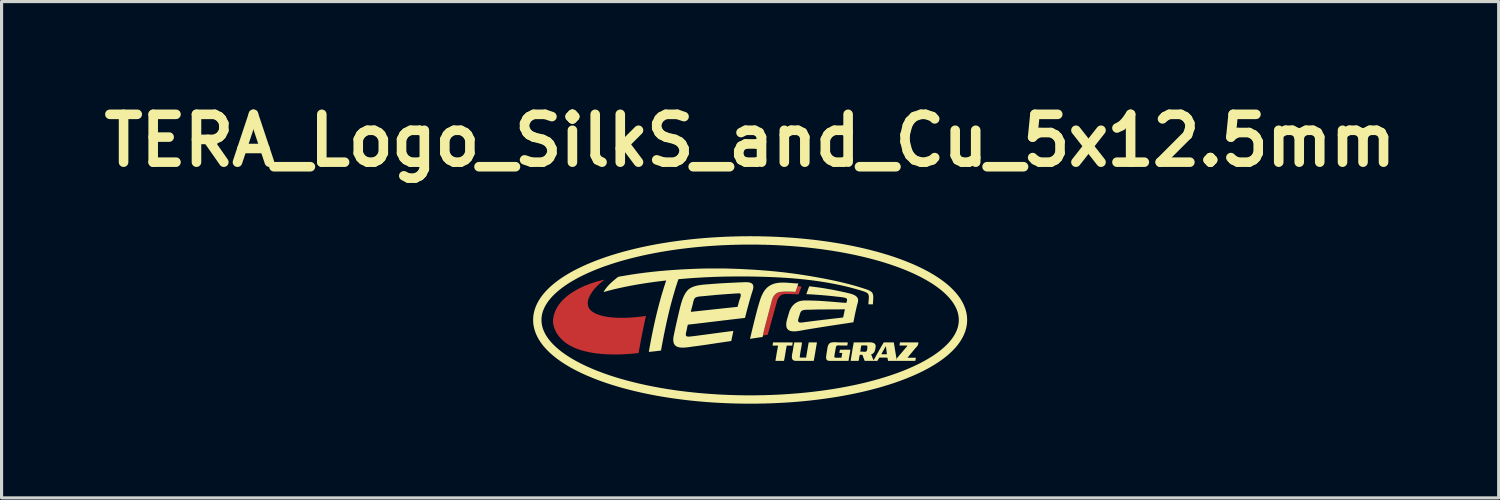
<source format=kicad_pcb>
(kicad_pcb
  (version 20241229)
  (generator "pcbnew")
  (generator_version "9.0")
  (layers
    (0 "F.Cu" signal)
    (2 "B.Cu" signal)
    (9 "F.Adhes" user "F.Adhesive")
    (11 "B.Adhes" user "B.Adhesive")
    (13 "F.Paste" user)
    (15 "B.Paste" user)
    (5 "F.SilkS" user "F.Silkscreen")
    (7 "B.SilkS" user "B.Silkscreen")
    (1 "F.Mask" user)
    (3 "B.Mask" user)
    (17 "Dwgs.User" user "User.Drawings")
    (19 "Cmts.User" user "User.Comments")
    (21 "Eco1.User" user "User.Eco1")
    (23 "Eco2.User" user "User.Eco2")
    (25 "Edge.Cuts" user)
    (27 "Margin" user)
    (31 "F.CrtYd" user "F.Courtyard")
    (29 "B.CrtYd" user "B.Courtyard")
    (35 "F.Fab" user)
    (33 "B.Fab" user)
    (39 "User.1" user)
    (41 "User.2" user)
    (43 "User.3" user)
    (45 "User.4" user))
  (footprint "TERA_Logo_SilkS_and_Cu_5x12.5mm"
    (layer "F.Cu")
    (at 20.843 7.141)
    (property "Reference" "TERA_Logo_SilkS_and_Cu_5x12.5mm" (at 0 -5.715 0) (layer "F.SilkS") (effects (font (size 1.524 1.524) (thickness 0.305))))
    (attr smd)
    (fp_poly (pts (xy 0.432 0.373) (xy 0.458 0.266) (xy 0.676 -0.558) (xy 0.678 -0.57) (xy 0.686 -0.599) (xy 0.697 -0.639) (xy 0.701 -0.652) (xy 0.706 -0.668) (xy 0.714 -0.689) (xy 0.724 -0.711) (xy 0.737 -0.736) (xy 0.753 -0.762) (xy 0.772 -0.787) (xy 0.794 -0.812) (xy 0.82 -0.835) (xy 0.85 -0.856) (xy 0.885 -0.873) (xy 0.923 -0.886) (xy 0.967 -0.894) (xy 1.011 -0.898) (xy 1.056 -0.901) (xy 1.103 -0.903) (xy 1.149 -0.904) (xy 1.194 -0.904) (xy 1.238 -0.903) (xy 1.28 -0.902) (xy 1.318 -0.901) (xy 1.353 -0.899) (xy 1.383 -0.898) (xy 1.407 -0.896) (xy 1.426 -0.895) (xy 1.438 -0.894) (xy 1.442 -0.894) (xy 1.51 -1.081) (xy 1.637 -1.065) (xy 1.544 -0.816) (xy 1.54 -0.816) (xy 1.528 -0.817) (xy 1.509 -0.817) (xy 1.484 -0.818) (xy 1.454 -0.82) (xy 1.419 -0.821) (xy 1.381 -0.822) (xy 1.339 -0.823) (xy 1.295 -0.824) (xy 1.25 -0.825) (xy 1.204 -0.826) (xy 1.158 -0.826) (xy 1.113 -0.826) (xy 1.067 -0.821) (xy 1.027 -0.81) (xy 0.992 -0.793) (xy 0.962 -0.772) (xy 0.937 -0.748) (xy 0.916 -0.723) (xy 0.899 -0.698) (xy 0.885 -0.674) (xy 0.875 -0.654) (xy 0.869 -0.637) (xy 0.865 -0.626) (xy 0.864 -0.622) (xy 0.561 0.472) (xy 0.408 0.496) (xy 0.432 0.373) (xy 0.432 0.373)) (stroke (width 0) (type solid)) (fill yes) (layer "F.Cu"))
    (fp_poly (pts (xy -3.317 -0.128) (xy -3.325 -0.096) (xy -3.332 -0.063) (xy -3.34 -0.03) (xy -3.347 0.004) (xy -3.355 0.037) (xy -3.362 0.07) (xy -3.369 0.103) (xy -3.376 0.137) (xy -3.383 0.17) (xy -3.39 0.204) (xy -3.397 0.237) (xy -3.404 0.271) (xy -3.411 0.304) (xy -3.418 0.338) (xy -3.425 0.372) (xy -3.431 0.405) (xy -3.438 0.439) (xy -3.445 0.473) (xy -3.451 0.507) (xy -3.458 0.541) (xy -3.465 0.575) (xy -3.471 0.609) (xy -3.478 0.643) (xy -3.484 0.677) (xy -3.49 0.711) (xy -3.497 0.745) (xy -3.503 0.779) (xy -3.509 0.814) (xy -3.516 0.848) (xy -3.522 0.882) (xy -3.528 0.916) (xy -3.534 0.951) (xy -3.541 0.985) (xy -3.547 1.019) (xy -3.553 1.053) (xy -3.59 1.058) (xy -3.627 1.062) (xy -3.664 1.066) (xy -3.701 1.069) (xy -3.738 1.073) (xy -3.775 1.076) (xy -3.812 1.079) (xy -3.85 1.082) (xy -3.887 1.085) (xy -3.924 1.087) (xy -3.962 1.089) (xy -3.999 1.091) (xy -4.037 1.093) (xy -4.074 1.095) (xy -4.111 1.096) (xy -4.149 1.097) (xy -4.186 1.098) (xy -4.223 1.099) (xy -4.261 1.099) (xy -4.298 1.099) (xy -4.335 1.099) (xy -4.372 1.099) (xy -4.409 1.098) (xy -4.446 1.098) (xy -4.482 1.097) (xy -4.519 1.095) (xy -4.555 1.094) (xy -4.592 1.092) (xy -4.628 1.09) (xy -4.664 1.087) (xy -4.7 1.085) (xy -4.736 1.082) (xy -4.771 1.078) (xy -4.806 1.075) (xy -4.841 1.071) (xy -4.876 1.067) (xy -4.911 1.063) (xy -4.946 1.058) (xy -4.98 1.053) (xy -5.014 1.047) (xy -5.048 1.042) (xy -5.081 1.036) (xy -5.114 1.03) (xy -5.147 1.023) (xy -5.18 1.016) (xy -5.212 1.009) (xy -5.244 1.001) (xy -5.276 0.993) (xy -5.307 0.985) (xy -5.338 0.977) (xy -5.369 0.968) (xy -5.399 0.959) (xy -5.429 0.949) (xy -5.459 0.939) (xy -5.488 0.929) (xy -5.517 0.918) (xy -5.545 0.907) (xy -5.573 0.896) (xy -5.601 0.884) (xy -5.628 0.872) (xy -5.654 0.859) (xy -5.681 0.846) (xy -5.706 0.833) (xy -5.732 0.819) (xy -5.756 0.805) (xy -5.781 0.791) (xy -5.805 0.776) (xy -5.828 0.761) (xy -5.851 0.745) (xy -5.873 0.729) (xy -5.895 0.712) (xy -5.916 0.696) (xy -5.937 0.678) (xy -5.961 0.657) (xy -5.984 0.636) (xy -6.007 0.613) (xy -6.03 0.59) (xy -6.052 0.566) (xy -6.073 0.542) (xy -6.094 0.517) (xy -6.113 0.491) (xy -6.132 0.464) (xy -6.151 0.436) (xy -6.168 0.408) (xy -6.184 0.379) (xy -6.199 0.348) (xy -6.213 0.317) (xy -6.227 0.286) (xy -6.238 0.253) (xy -6.249 0.219) (xy -6.259 0.184) (xy -6.267 0.149) (xy -6.274 0.112) (xy -6.279 0.074) (xy -6.279 0.004) (xy -6.275 -0.033) (xy -6.269 -0.07) (xy -6.262 -0.105) (xy -6.254 -0.141) (xy -6.245 -0.175) (xy -6.234 -0.209) (xy -6.223 -0.241) (xy -6.21 -0.274) (xy -6.197 -0.305) (xy -6.182 -0.336) (xy -6.167 -0.366) (xy -6.151 -0.395) (xy -6.133 -0.424) (xy -6.116 -0.452) (xy -6.097 -0.48) (xy -6.077 -0.506) (xy -6.057 -0.532) (xy -6.037 -0.558) (xy -6.015 -0.583) (xy -5.994 -0.607) (xy -5.971 -0.631) (xy -5.948 -0.654) (xy -5.925 -0.676) (xy -5.901 -0.698) (xy -5.877 -0.719) (xy -5.853 -0.74) (xy -5.829 -0.76) (xy -5.804 -0.779) (xy -5.779 -0.798) (xy -5.754 -0.817) (xy -5.729 -0.835) (xy -5.703 -0.852) (xy -5.678 -0.869) (xy -5.651 -0.887) (xy -5.623 -0.904) (xy -5.595 -0.921) (xy -5.567 -0.937) (xy -5.539 -0.954) (xy -5.51 -0.97) (xy -5.48 -0.986) (xy -5.451 -1.001) (xy -5.421 -1.016) (xy -5.391 -1.031) (xy -5.361 -1.045) (xy -5.33 -1.059) (xy -5.299 -1.073) (xy -5.268 -1.087) (xy -5.236 -1.1) (xy -5.204 -1.113) (xy -5.172 -1.125) (xy -5.14 -1.138) (xy -5.108 -1.15) (xy -5.075 -1.161) (xy -5.042 -1.173) (xy -5.009 -1.184) (xy -4.976 -1.194) (xy -4.942 -1.205) (xy -4.908 -1.215) (xy -4.874 -1.224) (xy -4.84 -1.234) (xy -4.806 -1.243) (xy -4.771 -1.252) (xy -4.737 -1.26) (xy -4.702 -1.268) (xy -4.667 -1.276) (xy -4.632 -1.284) (xy -4.659 -1.264) (xy -4.687 -1.243) (xy -4.713 -1.222) (xy -4.74 -1.201) (xy -4.766 -1.179) (xy -4.792 -1.157) (xy -4.817 -1.134) (xy -4.842 -1.111) (xy -4.867 -1.087) (xy -4.891 -1.063) (xy -4.914 -1.038) (xy -4.937 -1.012) (xy -4.96 -0.986) (xy -4.982 -0.959) (xy -5.003 -0.932) (xy -5.023 -0.904) (xy -5.043 -0.875) (xy -5.062 -0.846) (xy -5.08 -0.816) (xy -5.094 -0.791) (xy -5.108 -0.765) (xy -5.121 -0.737) (xy -5.134 -0.708) (xy -5.145 -0.678) (xy -5.155 -0.647) (xy -5.163 -0.615) (xy -5.168 -0.583) (xy -5.172 -0.551) (xy -5.172 -0.518) (xy -5.169 -0.486) (xy -5.163 -0.454) (xy -5.153 -0.421) (xy -5.14 -0.39) (xy -5.123 -0.362) (xy -5.104 -0.335) (xy -5.082 -0.311) (xy -5.058 -0.288) (xy -5.031 -0.268) (xy -5.004 -0.249) (xy -4.974 -0.231) (xy -4.944 -0.215) (xy -4.919 -0.203) (xy -4.893 -0.191) (xy -4.866 -0.18) (xy -4.839 -0.17) (xy -4.81 -0.16) (xy -4.781 -0.151) (xy -4.752 -0.142) (xy -4.722 -0.134) (xy -4.691 -0.126) (xy -4.659 -0.119) (xy -4.627 -0.113) (xy -4.595 -0.107) (xy -4.562 -0.101) (xy -4.528 -0.096) (xy -4.495 -0.091) (xy -4.46 -0.087) (xy -4.426 -0.083) (xy -4.391 -0.08) (xy -4.355 -0.077) (xy -4.32 -0.075) (xy -4.284 -0.073) (xy -4.248 -0.071) (xy -4.211 -0.07) (xy -4.175 -0.069) (xy -4.138 -0.068) (xy -4.101 -0.068) (xy -4.065 -0.068) (xy -4.028 -0.068) (xy -3.991 -0.069) (xy -3.954 -0.07) (xy -3.917 -0.072) (xy -3.88 -0.073) (xy -3.843 -0.075) (xy -3.806 -0.077) (xy -3.769 -0.08) (xy -3.733 -0.082) (xy -3.696 -0.085) (xy -3.66 -0.088) (xy -3.625 -0.091) (xy -3.589 -0.095) (xy -3.554 -0.099) (xy -3.519 -0.102) (xy -3.484 -0.106) (xy -3.45 -0.111) (xy -3.416 -0.115) (xy -3.383 -0.119) (xy -3.35 -0.124) (xy -3.317 -0.128)) (stroke (width 0) (type solid)) (fill yes) (layer "F.Cu"))
    (fp_poly (pts (xy 1.358 0.718) (xy 1.351 0.751) (xy 1.346 0.786) (xy 1.338 0.818) (xy 1.165 0.818) (xy 1.159 0.852) (xy 1.152 0.887) (xy 1.146 0.921) (xy 1.14 0.956) (xy 1.134 0.991) (xy 1.128 1.026) (xy 1.123 1.061) (xy 1.117 1.096) (xy 1.111 1.131) (xy 1.105 1.165) (xy 1.099 1.2) (xy 1.092 1.234) (xy 1.086 1.269) (xy 1.079 1.303) (xy 0.806 1.303) (xy 0.812 1.267) (xy 0.817 1.232) (xy 0.823 1.198) (xy 0.829 1.163) (xy 0.835 1.128) (xy 0.84 1.093) (xy 0.846 1.059) (xy 0.852 1.024) (xy 0.858 0.99) (xy 0.865 0.955) (xy 0.871 0.921) (xy 0.877 0.886) (xy 0.883 0.852) (xy 0.889 0.818) (xy 0.86 0.817) (xy 0.83 0.818) (xy 0.799 0.818) (xy 0.769 0.818) (xy 0.741 0.817) (xy 0.714 0.814) (xy 0.719 0.78) (xy 0.724 0.745) (xy 0.733 0.715) (xy 0.768 0.715) (xy 0.803 0.715) (xy 0.838 0.715) (xy 0.872 0.715) (xy 0.907 0.715) (xy 0.942 0.715) (xy 0.978 0.715) (xy 1.013 0.715) (xy 1.048 0.714) (xy 1.083 0.714) (xy 1.117 0.714) (xy 1.152 0.714) (xy 1.187 0.715) (xy 1.221 0.715) (xy 1.256 0.715) (xy 1.29 0.716) (xy 1.324 0.717) (xy 1.358 0.718) (xy 1.358 0.718)) (stroke (width 0) (type solid)) (fill yes) (layer "F.SilkS"))
    (fp_poly (pts (xy 1.866 0.715) (xy 2.128 0.715) (xy 2.122 0.749) (xy 2.116 0.784) (xy 2.11 0.818) (xy 2.104 0.853) (xy 2.098 0.888) (xy 2.092 0.923) (xy 2.086 0.957) (xy 2.08 0.992) (xy 2.075 1.027) (xy 2.069 1.062) (xy 2.063 1.097) (xy 2.057 1.131) (xy 2.051 1.166) (xy 2.045 1.2) (xy 2.038 1.234) (xy 2.032 1.269) (xy 2.025 1.303) (xy 1.447 1.303) (xy 1.416 1.299) (xy 1.39 1.291) (xy 1.369 1.279) (xy 1.354 1.263) (xy 1.342 1.245) (xy 1.335 1.224) (xy 1.331 1.2) (xy 1.329 1.175) (xy 1.331 1.147) (xy 1.334 1.119) (xy 1.338 1.09) (xy 1.344 1.06) (xy 1.35 1.03) (xy 1.356 1) (xy 1.361 0.971) (xy 1.367 0.934) (xy 1.373 0.899) (xy 1.378 0.864) (xy 1.384 0.831) (xy 1.389 0.799) (xy 1.395 0.769) (xy 1.401 0.741) (xy 1.407 0.715) (xy 1.443 0.715) (xy 1.478 0.715) (xy 1.514 0.715) (xy 1.55 0.714) (xy 1.586 0.715) (xy 1.62 0.716) (xy 1.653 0.718) (xy 1.648 0.752) (xy 1.643 0.787) (xy 1.638 0.821) (xy 1.632 0.855) (xy 1.626 0.889) (xy 1.62 0.923) (xy 1.613 0.956) (xy 1.607 0.99) (xy 1.602 1.024) (xy 1.596 1.058) (xy 1.591 1.092) (xy 1.587 1.125) (xy 1.583 1.159) (xy 1.58 1.193) (xy 1.61 1.198) (xy 1.642 1.2) (xy 1.677 1.2) (xy 1.713 1.199) (xy 1.749 1.199) (xy 1.783 1.2) (xy 1.788 1.165) (xy 1.794 1.13) (xy 1.8 1.095) (xy 1.806 1.06) (xy 1.811 1.026) (xy 1.817 0.991) (xy 1.823 0.956) (xy 1.829 0.922) (xy 1.835 0.887) (xy 1.841 0.852) (xy 1.847 0.818) (xy 1.853 0.784) (xy 1.859 0.749) (xy 1.866 0.715) (xy 1.866 0.715)) (stroke (width 0) (type solid)) (fill yes) (layer "F.SilkS"))
    (fp_poly (pts (xy 3.194 0.951) (xy 3.189 0.983) (xy 3.183 1.015) (xy 3.178 1.047) (xy 3.173 1.079) (xy 3.167 1.111) (xy 3.162 1.143) (xy 3.156 1.175) (xy 3.15 1.207) (xy 3.145 1.239) (xy 3.139 1.271) (xy 3.134 1.303) (xy 2.52 1.303) (xy 2.484 1.297) (xy 2.458 1.285) (xy 2.439 1.269) (xy 2.427 1.247) (xy 2.421 1.221) (xy 2.419 1.192) (xy 2.422 1.159) (xy 2.427 1.123) (xy 2.431 1.095) (xy 2.435 1.067) (xy 2.439 1.04) (xy 2.443 1.014) (xy 2.449 0.979) (xy 2.454 0.944) (xy 2.459 0.911) (xy 2.465 0.878) (xy 2.472 0.847) (xy 2.481 0.818) (xy 2.493 0.791) (xy 2.508 0.768) (xy 2.526 0.748) (xy 2.549 0.733) (xy 2.576 0.721) (xy 2.607 0.715) (xy 2.639 0.711) (xy 2.672 0.709) (xy 2.706 0.709) (xy 2.74 0.711) (xy 2.775 0.713) (xy 2.809 0.714) (xy 2.842 0.715) (xy 2.875 0.715) (xy 2.907 0.714) (xy 2.94 0.714) (xy 2.973 0.714) (xy 3.007 0.714) (xy 3.041 0.715) (xy 3.075 0.716) (xy 3.111 0.718) (xy 3.106 0.752) (xy 3.101 0.786) (xy 3.091 0.814) (xy 2.921 0.814) (xy 2.887 0.813) (xy 2.85 0.811) (xy 2.814 0.81) (xy 2.781 0.812) (xy 2.755 0.821) (xy 2.74 0.84) (xy 2.731 0.869) (xy 2.726 0.901) (xy 2.72 0.934) (xy 2.714 0.967) (xy 2.708 1) (xy 2.702 1.032) (xy 2.696 1.065) (xy 2.691 1.096) (xy 2.687 1.128) (xy 2.684 1.159) (xy 2.682 1.19) (xy 2.707 1.199) (xy 2.737 1.203) (xy 2.77 1.204) (xy 2.805 1.204) (xy 2.841 1.202) (xy 2.875 1.202) (xy 2.908 1.203) (xy 2.913 1.172) (xy 2.919 1.142) (xy 2.924 1.111) (xy 2.929 1.081) (xy 2.935 1.05) (xy 2.903 1.05) (xy 2.87 1.051) (xy 2.842 1.047) (xy 2.848 1.013) (xy 2.853 0.979) (xy 2.862 0.947) (xy 2.895 0.948) (xy 2.928 0.948) (xy 2.962 0.948) (xy 2.996 0.947) (xy 3.03 0.947) (xy 3.063 0.947) (xy 3.097 0.947) (xy 3.13 0.947) (xy 3.162 0.949) (xy 3.194 0.951) (xy 3.194 0.951)) (stroke (width 0) (type solid)) (fill yes) (layer "F.SilkS"))
    (fp_poly (pts (xy 0.398 0.541) (xy -0.004 0.602) (xy -0.003 0.6) (xy -0.002 0.593) (xy 0.001 0.583) (xy 0.004 0.569) (xy 0.008 0.552) (xy 0.013 0.531) (xy 0.019 0.507) (xy 0.025 0.481) (xy 0.032 0.451) (xy 0.039 0.419) (xy 0.048 0.385) (xy 0.056 0.349) (xy 0.066 0.311) (xy 0.075 0.271) (xy 0.085 0.23) (xy 0.095 0.187) (xy 0.106 0.144) (xy 0.117 0.099) (xy 0.128 0.055) (xy 0.139 0.009) (xy 0.151 -0.036) (xy 0.162 -0.082) (xy 0.174 -0.127) (xy 0.185 -0.172) (xy 0.197 -0.216) (xy 0.208 -0.259) (xy 0.219 -0.302) (xy 0.23 -0.343) (xy 0.241 -0.382) (xy 0.252 -0.42) (xy 0.262 -0.456) (xy 0.272 -0.49) (xy 0.283 -0.527) (xy 0.294 -0.562) (xy 0.305 -0.598) (xy 0.316 -0.632) (xy 0.327 -0.666) (xy 0.339 -0.7) (xy 0.352 -0.733) (xy 0.365 -0.765) (xy 0.379 -0.796) (xy 0.394 -0.827) (xy 0.409 -0.856) (xy 0.426 -0.885) (xy 0.443 -0.913) (xy 0.461 -0.94) (xy 0.481 -0.965) (xy 0.502 -0.989) (xy 0.523 -1.012) (xy 0.546 -1.034) (xy 0.57 -1.054) (xy 0.595 -1.073) (xy 0.621 -1.09) (xy 0.649 -1.106) (xy 0.677 -1.121) (xy 0.707 -1.134) (xy 0.738 -1.146) (xy 0.77 -1.157) (xy 0.804 -1.166) (xy 0.839 -1.173) (xy 0.876 -1.18) (xy 0.913 -1.184) (xy 0.953 -1.188) (xy 0.989 -1.19) (xy 1.024 -1.19) (xy 1.06 -1.191) (xy 1.095 -1.19) (xy 1.129 -1.189) (xy 1.164 -1.187) (xy 1.198 -1.185) (xy 1.232 -1.183) (xy 1.266 -1.18) (xy 1.3 -1.178) (xy 1.333 -1.175) (xy 1.367 -1.172) (xy 1.401 -1.169) (xy 1.435 -1.167) (xy 1.469 -1.164) (xy 1.503 -1.162) (xy 1.537 -1.161) (xy 1.529 -1.134) (xy 1.519 -1.108) (xy 1.51 -1.081) (xy 1.442 -0.894) (xy 1.438 -0.894) (xy 1.426 -0.895) (xy 1.407 -0.896) (xy 1.383 -0.898) (xy 1.353 -0.899) (xy 1.318 -0.901) (xy 1.28 -0.902) (xy 1.238 -0.903) (xy 1.194 -0.904) (xy 1.149 -0.904) (xy 1.103 -0.903) (xy 1.056 -0.901) (xy 1.011 -0.898) (xy 0.967 -0.894) (xy 0.923 -0.886) (xy 0.885 -0.873) (xy 0.85 -0.856) (xy 0.82 -0.835) (xy 0.794 -0.812) (xy 0.772 -0.787) (xy 0.753 -0.762) (xy 0.737 -0.736) (xy 0.724 -0.711) (xy 0.714 -0.689) (xy 0.706 -0.668) (xy 0.701 -0.652) (xy 0.697 -0.639) (xy 0.686 -0.599) (xy 0.678 -0.57) (xy 0.676 -0.558) (xy 0.458 0.266) (xy 0.432 0.373) (xy 0.408 0.496) (xy 0.402 0.524) (xy 0.398 0.541)) (stroke (width 0) (type solid)) (fill yes) (layer "F.SilkS"))
    (fp_poly (pts (xy 5.359 0.715) (xy 5.359 0.735) (xy 5.353 0.771) (xy 5.342 0.801) (xy 5.326 0.828) (xy 5.306 0.852) (xy 5.284 0.876) (xy 5.262 0.901) (xy 5.241 0.926) (xy 5.22 0.951) (xy 5.199 0.976) (xy 5.178 1.002) (xy 5.157 1.027) (xy 5.136 1.052) (xy 5.115 1.078) (xy 5.094 1.103) (xy 5.074 1.128) (xy 5.053 1.153) (xy 5.033 1.178) (xy 5.013 1.203) (xy 5.279 1.203) (xy 5.274 1.236) (xy 5.268 1.269) (xy 5.262 1.303) (xy 4.392 1.303) (xy 4.352 1.06) (xy 4.349 1.027) (xy 4.345 0.993) (xy 4.341 0.96) (xy 4.337 0.928) (xy 4.332 0.896) (xy 4.326 0.864) (xy 4.319 0.834) (xy 4.304 0.864) (xy 4.288 0.892) (xy 4.273 0.921) (xy 4.257 0.949) (xy 4.241 0.977) (xy 4.225 1.005) (xy 4.209 1.034) (xy 4.194 1.063) (xy 4.18 1.093) (xy 4.356 1.093) (xy 4.352 1.06) (xy 4.392 1.303) (xy 4.386 1.271) (xy 4.38 1.238) (xy 4.376 1.203) (xy 4.345 1.201) (xy 4.314 1.199) (xy 4.281 1.199) (xy 4.248 1.199) (xy 4.215 1.2) (xy 4.182 1.2) (xy 4.149 1.2) (xy 4.117 1.2) (xy 4.1 1.224) (xy 4.084 1.25) (xy 4.069 1.276) (xy 4.054 1.303) (xy 3.649 1.303) (xy 3.702 1) (xy 3.717 0.981) (xy 3.726 0.952) (xy 3.73 0.919) (xy 3.732 0.884) (xy 3.733 0.852) (xy 3.735 0.824) (xy 3.71 0.815) (xy 3.68 0.811) (xy 3.646 0.81) (xy 3.611 0.811) (xy 3.576 0.812) (xy 3.542 0.811) (xy 3.535 0.843) (xy 3.529 0.876) (xy 3.523 0.91) (xy 3.518 0.944) (xy 3.512 0.978) (xy 3.506 1.01) (xy 3.536 1.007) (xy 3.568 1.008) (xy 3.599 1.011) (xy 3.629 1.014) (xy 3.656 1.014) (xy 3.681 1.011) (xy 3.702 1) (xy 3.702 1) (xy 3.649 1.303) (xy 3.636 1.271) (xy 3.624 1.239) (xy 3.611 1.207) (xy 3.599 1.175) (xy 3.587 1.143) (xy 3.576 1.11) (xy 3.493 1.11) (xy 3.485 1.14) (xy 3.478 1.172) (xy 3.473 1.205) (xy 3.468 1.238) (xy 3.462 1.271) (xy 3.456 1.303) (xy 3.2 1.303) (xy 3.206 1.268) (xy 3.211 1.233) (xy 3.217 1.198) (xy 3.222 1.163) (xy 3.228 1.128) (xy 3.234 1.093) (xy 3.24 1.059) (xy 3.246 1.024) (xy 3.251 0.99) (xy 3.257 0.955) (xy 3.263 0.921) (xy 3.269 0.886) (xy 3.275 0.852) (xy 3.282 0.818) (xy 3.288 0.783) (xy 3.294 0.749) (xy 3.3 0.715) (xy 3.622 0.715) (xy 3.655 0.714) (xy 3.689 0.714) (xy 3.723 0.713) (xy 3.757 0.712) (xy 3.791 0.712) (xy 3.823 0.713) (xy 3.854 0.715) (xy 3.884 0.719) (xy 3.91 0.726) (xy 3.934 0.734) (xy 3.955 0.746) (xy 3.972 0.761) (xy 3.985 0.779) (xy 3.994 0.801) (xy 3.997 0.825) (xy 3.997 0.854) (xy 3.994 0.886) (xy 3.988 0.919) (xy 3.98 0.952) (xy 3.971 0.982) (xy 3.961 1.007) (xy 3.946 1.033) (xy 3.928 1.055) (xy 3.907 1.072) (xy 3.883 1.085) (xy 3.854 1.097) (xy 3.867 1.128) (xy 3.88 1.16) (xy 3.892 1.192) (xy 3.905 1.223) (xy 3.919 1.254) (xy 3.934 1.283) (xy 3.951 1.252) (xy 3.967 1.222) (xy 3.984 1.192) (xy 4.001 1.162) (xy 4.017 1.132) (xy 4.034 1.101) (xy 4.051 1.071) (xy 4.067 1.041) (xy 4.084 1.011) (xy 4.101 0.981) (xy 4.118 0.951) (xy 4.135 0.921) (xy 4.152 0.892) (xy 4.169 0.862) (xy 4.186 0.832) (xy 4.204 0.803) (xy 4.221 0.773) (xy 4.238 0.744) (xy 4.256 0.715) (xy 4.575 0.715) (xy 4.581 0.749) (xy 4.587 0.784) (xy 4.593 0.819) (xy 4.599 0.854) (xy 4.605 0.889) (xy 4.61 0.924) (xy 4.616 0.959) (xy 4.622 0.993) (xy 4.627 1.028) (xy 4.633 1.063) (xy 4.639 1.098) (xy 4.645 1.133) (xy 4.651 1.167) (xy 4.658 1.201) (xy 4.664 1.236) (xy 4.671 1.269) (xy 4.675 1.243) (xy 4.678 1.216) (xy 4.699 1.192) (xy 4.72 1.167) (xy 4.741 1.141) (xy 4.762 1.116) (xy 4.784 1.091) (xy 4.806 1.065) (xy 4.827 1.04) (xy 4.849 1.014) (xy 4.871 0.989) (xy 4.892 0.963) (xy 4.914 0.938) (xy 4.935 0.913) (xy 4.956 0.889) (xy 4.977 0.864) (xy 4.998 0.838) (xy 5.007 0.814) (xy 4.975 0.814) (xy 4.944 0.814) (xy 4.912 0.814) (xy 4.88 0.815) (xy 4.848 0.815) (xy 4.817 0.815) (xy 4.787 0.813) (xy 4.758 0.811) (xy 4.762 0.778) (xy 4.767 0.745) (xy 4.774 0.715) (xy 5.358 0.715) (xy 5.359 0.715)) (stroke (width 0) (type solid)) (fill yes) (layer "F.SilkS"))
    (fp_poly (pts (xy 3.439 -0.64) (xy 2.961 -0.079) (xy 2.969 -0.111) (xy 2.976 -0.144) (xy 2.983 -0.176) (xy 2.99 -0.209) (xy 2.998 -0.242) (xy 3.005 -0.275) (xy 3.011 -0.308) (xy 3.018 -0.341) (xy 2.985 -0.34) (xy 2.952 -0.339) (xy 2.918 -0.338) (xy 2.884 -0.338) (xy 2.85 -0.337) (xy 2.816 -0.337) (xy 2.781 -0.336) (xy 2.747 -0.336) (xy 2.712 -0.336) (xy 2.677 -0.336) (xy 2.641 -0.336) (xy 2.606 -0.336) (xy 2.57 -0.336) (xy 2.535 -0.336) (xy 2.499 -0.336) (xy 2.463 -0.336) (xy 2.427 -0.336) (xy 2.392 -0.335) (xy 2.356 -0.335) (xy 2.32 -0.335) (xy 2.284 -0.335) (xy 2.249 -0.335) (xy 2.213 -0.334) (xy 2.178 -0.334) (xy 2.142 -0.333) (xy 2.107 -0.332) (xy 2.072 -0.331) (xy 2.038 -0.33) (xy 2.003 -0.329) (xy 1.969 -0.328) (xy 1.933 -0.327) (xy 1.896 -0.326) (xy 1.86 -0.326) (xy 1.825 -0.326) (xy 1.79 -0.324) (xy 1.757 -0.322) (xy 1.725 -0.319) (xy 1.696 -0.313) (xy 1.67 -0.305) (xy 1.647 -0.294) (xy 1.627 -0.278) (xy 1.611 -0.255) (xy 1.598 -0.227) (xy 1.586 -0.195) (xy 1.576 -0.162) (xy 1.567 -0.128) (xy 1.559 -0.105) (xy 1.549 -0.077) (xy 1.54 -0.048) (xy 1.532 -0.017) (xy 1.528 0.012) (xy 1.53 0.038) (xy 1.54 0.061) (xy 1.558 0.074) (xy 1.583 0.081) (xy 1.614 0.083) (xy 1.647 0.081) (xy 1.678 0.078) (xy 1.706 0.074) (xy 1.742 0.069) (xy 1.777 0.065) (xy 1.812 0.06) (xy 1.847 0.056) (xy 1.882 0.051) (xy 1.917 0.047) (xy 1.952 0.042) (xy 1.987 0.038) (xy 2.022 0.033) (xy 2.057 0.029) (xy 2.092 0.025) (xy 2.127 0.02) (xy 2.162 0.016) (xy 2.197 0.012) (xy 2.232 0.008) (xy 2.267 0.004) (xy 2.302 -0.001) (xy 2.336 -0.005) (xy 2.371 -0.009) (xy 2.406 -0.013) (xy 2.441 -0.017) (xy 2.476 -0.021) (xy 2.51 -0.025) (xy 2.545 -0.03) (xy 2.58 -0.034) (xy 2.614 -0.038) (xy 2.649 -0.042) (xy 2.684 -0.046) (xy 2.719 -0.05) (xy 2.753 -0.054) (xy 2.788 -0.058) (xy 2.823 -0.062) (xy 2.857 -0.066) (xy 2.892 -0.07) (xy 2.927 -0.075) (xy 2.961 -0.079) (xy 2.961 -0.079) (xy 3.439 -0.64) (xy 3.439 -0.61) (xy 3.435 -0.58) (xy 3.428 -0.549) (xy 3.42 -0.519) (xy 3.411 -0.49) (xy 3.403 -0.46) (xy 3.395 -0.428) (xy 3.388 -0.395) (xy 3.38 -0.362) (xy 3.373 -0.329) (xy 3.365 -0.295) (xy 3.358 -0.262) (xy 3.35 -0.228) (xy 3.343 -0.194) (xy 3.336 -0.16) (xy 3.329 -0.126) (xy 3.322 -0.092) (xy 3.315 -0.059) (xy 3.309 -0.025) (xy 3.302 0.008) (xy 3.296 0.041) (xy 3.29 0.074) (xy 3.256 0.079) (xy 3.221 0.084) (xy 3.187 0.089) (xy 3.153 0.095) (xy 3.119 0.1) (xy 3.085 0.105) (xy 3.051 0.11) (xy 3.017 0.115) (xy 2.983 0.12) (xy 2.949 0.125) (xy 2.915 0.13) (xy 2.881 0.136) (xy 2.847 0.141) (xy 2.813 0.146) (xy 2.779 0.151) (xy 2.745 0.156) (xy 2.711 0.161) (xy 2.677 0.166) (xy 2.643 0.172) (xy 2.609 0.177) (xy 2.575 0.182) (xy 2.542 0.187) (xy 2.508 0.192) (xy 2.474 0.198) (xy 2.44 0.203) (xy 2.406 0.208) (xy 2.372 0.214) (xy 2.338 0.219) (xy 2.304 0.224) (xy 2.27 0.23) (xy 2.236 0.235) (xy 2.202 0.24) (xy 2.168 0.246) (xy 2.134 0.251) (xy 2.1 0.257) (xy 2.066 0.262) (xy 2.031 0.268) (xy 1.997 0.273) (xy 1.963 0.279) (xy 1.928 0.285) (xy 1.894 0.29) (xy 1.86 0.296) (xy 1.825 0.302) (xy 1.791 0.307) (xy 1.756 0.313) (xy 1.73 0.318) (xy 1.703 0.323) (xy 1.674 0.328) (xy 1.645 0.334) (xy 1.615 0.339) (xy 1.585 0.344) (xy 1.554 0.35) (xy 1.523 0.354) (xy 1.492 0.358) (xy 1.461 0.361) (xy 1.431 0.363) (xy 1.401 0.364) (xy 1.372 0.363) (xy 1.344 0.361) (xy 1.317 0.357) (xy 1.291 0.352) (xy 1.267 0.344) (xy 1.245 0.334) (xy 1.224 0.322) (xy 1.206 0.307) (xy 1.19 0.29) (xy 1.176 0.27) (xy 1.165 0.246) (xy 1.157 0.22) (xy 1.152 0.19) (xy 1.15 0.156) (xy 1.151 0.122) (xy 1.154 0.087) (xy 1.159 0.054) (xy 1.167 0.02) (xy 1.175 -0.013) (xy 1.184 -0.045) (xy 1.193 -0.076) (xy 1.202 -0.105) (xy 1.212 -0.14) (xy 1.221 -0.174) (xy 1.231 -0.207) (xy 1.241 -0.24) (xy 1.251 -0.271) (xy 1.263 -0.302) (xy 1.276 -0.332) (xy 1.291 -0.361) (xy 1.308 -0.389) (xy 1.326 -0.416) (xy 1.345 -0.441) (xy 1.366 -0.466) (xy 1.388 -0.488) (xy 1.411 -0.509) (xy 1.436 -0.529) (xy 1.463 -0.547) (xy 1.49 -0.563) (xy 1.519 -0.577) (xy 1.55 -0.59) (xy 1.582 -0.6) (xy 1.615 -0.608) (xy 1.649 -0.614) (xy 1.685 -0.618) (xy 1.723 -0.62) (xy 1.76 -0.62) (xy 1.797 -0.62) (xy 1.834 -0.62) (xy 1.87 -0.62) (xy 1.907 -0.619) (xy 1.943 -0.618) (xy 1.979 -0.618) (xy 2.014 -0.616) (xy 2.05 -0.615) (xy 2.085 -0.614) (xy 2.121 -0.612) (xy 2.156 -0.611) (xy 2.19 -0.609) (xy 2.225 -0.607) (xy 2.26 -0.605) (xy 2.294 -0.603) (xy 2.329 -0.6) (xy 2.363 -0.598) (xy 2.397 -0.596) (xy 2.431 -0.593) (xy 2.465 -0.59) (xy 2.498 -0.588) (xy 2.532 -0.585) (xy 2.566 -0.582) (xy 2.599 -0.58) (xy 2.633 -0.577) (xy 2.666 -0.574) (xy 2.699 -0.572) (xy 2.733 -0.569) (xy 2.766 -0.566) (xy 2.799 -0.563) (xy 2.832 -0.561) (xy 2.865 -0.558) (xy 2.899 -0.555) (xy 2.932 -0.553) (xy 2.965 -0.55) (xy 2.998 -0.548) (xy 3.031 -0.546) (xy 3.064 -0.544) (xy 3.073 -0.571) (xy 3.083 -0.603) (xy 3.089 -0.635) (xy 3.084 -0.666) (xy 3.073 -0.681) (xy 3.053 -0.694) (xy 3.026 -0.704) (xy 2.993 -0.713) (xy 2.957 -0.72) (xy 2.92 -0.725) (xy 2.883 -0.73) (xy 2.848 -0.734) (xy 2.817 -0.737) (xy 2.792 -0.739) (xy 2.758 -0.743) (xy 2.725 -0.747) (xy 2.691 -0.751) (xy 2.657 -0.755) (xy 2.622 -0.759) (xy 2.588 -0.762) (xy 2.554 -0.766) (xy 2.519 -0.769) (xy 2.484 -0.773) (xy 2.449 -0.776) (xy 2.414 -0.779) (xy 2.379 -0.782) (xy 2.344 -0.785) (xy 2.309 -0.788) (xy 2.274 -0.791) (xy 2.239 -0.794) (xy 2.204 -0.796) (xy 2.169 -0.799) (xy 2.134 -0.801) (xy 2.099 -0.804) (xy 2.064 -0.806) (xy 2.029 -0.809) (xy 1.995 -0.811) (xy 1.96 -0.813) (xy 1.926 -0.815) (xy 1.891 -0.817) (xy 1.857 -0.819) (xy 1.823 -0.821) (xy 1.789 -0.822) (xy 1.801 -0.854) (xy 1.813 -0.887) (xy 1.825 -0.92) (xy 1.837 -0.954) (xy 1.849 -0.987) (xy 1.861 -1.018) (xy 1.873 -1.047) (xy 1.886 -1.072) (xy 1.921 -1.068) (xy 1.956 -1.064) (xy 1.991 -1.06) (xy 2.026 -1.055) (xy 2.061 -1.051) (xy 2.096 -1.046) (xy 2.131 -1.042) (xy 2.166 -1.037) (xy 2.201 -1.032) (xy 2.236 -1.027) (xy 2.271 -1.022) (xy 2.306 -1.016) (xy 2.341 -1.011) (xy 2.376 -1.005) (xy 2.411 -0.999) (xy 2.446 -0.993) (xy 2.48 -0.987) (xy 2.515 -0.981) (xy 2.55 -0.975) (xy 2.584 -0.969) (xy 2.618 -0.962) (xy 2.653 -0.956) (xy 2.687 -0.949) (xy 2.721 -0.943) (xy 2.755 -0.936) (xy 2.789 -0.929) (xy 2.823 -0.922) (xy 2.856 -0.915) (xy 2.89 -0.908) (xy 2.923 -0.9) (xy 2.957 -0.893) (xy 2.99 -0.886) (xy 3.023 -0.878) (xy 3.056 -0.871) (xy 3.088 -0.863) (xy 3.121 -0.856) (xy 3.151 -0.848) (xy 3.183 -0.84) (xy 3.215 -0.831) (xy 3.248 -0.821) (xy 3.279 -0.809) (xy 3.309 -0.796) (xy 3.338 -0.781) (xy 3.364 -0.764) (xy 3.387 -0.745) (xy 3.407 -0.723) (xy 3.423 -0.698) (xy 3.434 -0.67) (xy 3.439 -0.64)) (stroke (width 0) (type solid)) (fill yes) (layer "F.SilkS"))
    (fp_poly (pts (xy 0.093 -1.111) (xy -0.346 -0.62) (xy -0.338 -0.641) (xy -0.328 -0.67) (xy -0.316 -0.704) (xy -0.306 -0.74) (xy -0.299 -0.775) (xy -0.298 -0.805) (xy -0.306 -0.829) (xy -0.321 -0.841) (xy -0.343 -0.847) (xy -0.371 -0.847) (xy -0.402 -0.846) (xy -0.435 -0.844) (xy -0.469 -0.842) (xy -0.502 -0.84) (xy -0.536 -0.838) (xy -0.57 -0.835) (xy -0.604 -0.833) (xy -0.639 -0.831) (xy -0.673 -0.828) (xy -0.708 -0.826) (xy -0.743 -0.823) (xy -0.777 -0.821) (xy -0.812 -0.818) (xy -0.847 -0.816) (xy -0.882 -0.813) (xy -0.917 -0.81) (xy -0.953 -0.807) (xy -0.988 -0.805) (xy -1.023 -0.802) (xy -1.058 -0.799) (xy -1.093 -0.796) (xy -1.128 -0.793) (xy -1.163 -0.789) (xy -1.198 -0.786) (xy -1.232 -0.783) (xy -1.267 -0.78) (xy -1.301 -0.776) (xy -1.336 -0.773) (xy -1.37 -0.77) (xy -1.404 -0.766) (xy -1.438 -0.763) (xy -1.469 -0.76) (xy -1.503 -0.757) (xy -1.539 -0.755) (xy -1.576 -0.752) (xy -1.612 -0.748) (xy -1.647 -0.742) (xy -1.68 -0.736) (xy -1.709 -0.727) (xy -1.734 -0.716) (xy -1.753 -0.703) (xy -1.772 -0.681) (xy -1.787 -0.653) (xy -1.798 -0.621) (xy -1.808 -0.587) (xy -1.816 -0.553) (xy -1.823 -0.52) (xy -1.83 -0.49) (xy -1.839 -0.456) (xy -1.848 -0.424) (xy -1.857 -0.391) (xy -1.866 -0.359) (xy -1.874 -0.327) (xy -1.882 -0.293) (xy -1.89 -0.258) (xy -1.855 -0.262) (xy -1.821 -0.265) (xy -1.786 -0.269) (xy -1.751 -0.273) (xy -1.717 -0.277) (xy -1.682 -0.28) (xy -1.648 -0.284) (xy -1.613 -0.288) (xy -1.579 -0.292) (xy -1.544 -0.295) (xy -1.51 -0.299) (xy -1.475 -0.303) (xy -1.44 -0.307) (xy -1.406 -0.31) (xy -1.371 -0.314) (xy -1.337 -0.318) (xy -1.302 -0.322) (xy -1.268 -0.325) (xy -1.233 -0.329) (xy -1.199 -0.333) (xy -1.164 -0.337) (xy -1.129 -0.34) (xy -1.095 -0.344) (xy -1.06 -0.348) (xy -1.026 -0.352) (xy -0.991 -0.355) (xy -0.956 -0.359) (xy -0.922 -0.363) (xy -0.887 -0.366) (xy -0.853 -0.37) (xy -0.818 -0.374) (xy -0.783 -0.377) (xy -0.749 -0.381) (xy -0.714 -0.385) (xy -0.68 -0.388) (xy -0.645 -0.392) (xy -0.61 -0.396) (xy -0.576 -0.399) (xy -0.541 -0.403) (xy -0.506 -0.407) (xy -0.471 -0.41) (xy -0.437 -0.414) (xy -0.402 -0.417) (xy -0.392 -0.451) (xy -0.382 -0.484) (xy -0.374 -0.516) (xy -0.365 -0.548) (xy -0.356 -0.583) (xy -0.346 -0.62) (xy 0.093 -1.111) (xy 0.1 -1.083) (xy 0.102 -1.054) (xy 0.1 -1.023) (xy 0.095 -0.992) (xy 0.087 -0.961) (xy 0.078 -0.929) (xy 0.068 -0.899) (xy 0.058 -0.87) (xy 0.049 -0.842) (xy 0.04 -0.81) (xy 0.03 -0.778) (xy 0.02 -0.744) (xy 0.01 -0.711) (xy 0.000184 -0.677) (xy -0.01 -0.642) (xy -0.02 -0.607) (xy -0.03 -0.572) (xy -0.039 -0.537) (xy -0.049 -0.502) (xy -0.059 -0.467) (xy -0.068 -0.431) (xy -0.078 -0.396) (xy -0.087 -0.361) (xy -0.096 -0.327) (xy -0.106 -0.292) (xy -0.114 -0.258) (xy -0.123 -0.224) (xy -0.132 -0.191) (xy -0.14 -0.159) (xy -0.148 -0.127) (xy -0.156 -0.096) (xy -0.163 -0.065) (xy -0.198 -0.061) (xy -0.233 -0.057) (xy -0.268 -0.053) (xy -0.303 -0.049) (xy -0.338 -0.045) (xy -0.373 -0.041) (xy -0.408 -0.037) (xy -0.443 -0.033) (xy -0.479 -0.029) (xy -0.514 -0.024) (xy -0.549 -0.02) (xy -0.584 -0.016) (xy -0.618 -0.012) (xy -0.653 -0.008) (xy -0.688 -0.004) (xy -0.723 0.000453) (xy -0.758 0.005) (xy -0.793 0.009) (xy -0.828 0.013) (xy -0.863 0.017) (xy -0.898 0.021) (xy -0.933 0.026) (xy -0.968 0.03) (xy -1.003 0.034) (xy -1.038 0.038) (xy -1.073 0.042) (xy -1.108 0.047) (xy -1.143 0.051) (xy -1.178 0.055) (xy -1.213 0.059) (xy -1.248 0.063) (xy -1.283 0.068) (xy -1.318 0.072) (xy -1.352 0.076) (xy -1.387 0.08) (xy -1.422 0.084) (xy -1.457 0.089) (xy -1.492 0.093) (xy -1.527 0.097) (xy -1.562 0.101) (xy -1.597 0.105) (xy -1.632 0.109) (xy -1.667 0.114) (xy -1.702 0.118) (xy -1.737 0.122) (xy -1.772 0.126) (xy -1.807 0.13) (xy -1.842 0.134) (xy -1.877 0.138) (xy -1.912 0.142) (xy -1.947 0.146) (xy -1.983 0.15) (xy -1.991 0.177) (xy -1.998 0.205) (xy -2.004 0.233) (xy -2.01 0.263) (xy -2.016 0.294) (xy -2.022 0.326) (xy -2.029 0.353) (xy -2.037 0.384) (xy -2.044 0.417) (xy -2.049 0.45) (xy -2.048 0.48) (xy -2.039 0.506) (xy -2.021 0.521) (xy -1.994 0.528) (xy -1.961 0.531) (xy -1.925 0.529) (xy -1.89 0.526) (xy -1.86 0.522) (xy -1.825 0.518) (xy -1.791 0.514) (xy -1.756 0.51) (xy -1.721 0.505) (xy -1.686 0.501) (xy -1.652 0.496) (xy -1.616 0.492) (xy -1.581 0.487) (xy -1.546 0.482) (xy -1.511 0.478) (xy -1.476 0.473) (xy -1.44 0.468) (xy -1.405 0.464) (xy -1.37 0.459) (xy -1.334 0.454) (xy -1.299 0.449) (xy -1.263 0.445) (xy -1.228 0.44) (xy -1.193 0.435) (xy -1.157 0.43) (xy -1.122 0.425) (xy -1.087 0.421) (xy -1.051 0.416) (xy -1.016 0.411) (xy -0.981 0.407) (xy -0.946 0.402) (xy -0.911 0.397) (xy -0.876 0.393) (xy -0.842 0.388) (xy -0.807 0.384) (xy -0.772 0.379) (xy -0.738 0.375) (xy -0.704 0.37) (xy -0.67 0.366) (xy -0.636 0.362) (xy -0.602 0.358) (xy -0.568 0.354) (xy -0.535 0.35) (xy -0.541 0.382) (xy -0.548 0.415) (xy -0.554 0.447) (xy -0.561 0.479) (xy -0.568 0.511) (xy -0.575 0.543) (xy -0.581 0.575) (xy -0.588 0.607) (xy -0.595 0.639) (xy -0.601 0.672) (xy -0.634 0.676) (xy -0.667 0.681) (xy -0.701 0.685) (xy -0.734 0.69) (xy -0.767 0.695) (xy -0.801 0.7) (xy -0.835 0.705) (xy -0.868 0.71) (xy -0.902 0.715) (xy -0.936 0.72) (xy -0.97 0.725) (xy -1.005 0.73) (xy -1.039 0.735) (xy -1.073 0.74) (xy -1.108 0.745) (xy -1.142 0.751) (xy -1.176 0.756) (xy -1.211 0.761) (xy -1.246 0.766) (xy -1.28 0.771) (xy -1.315 0.777) (xy -1.349 0.782) (xy -1.384 0.787) (xy -1.419 0.792) (xy -1.454 0.797) (xy -1.488 0.802) (xy -1.523 0.807) (xy -1.558 0.812) (xy -1.592 0.817) (xy -1.627 0.821) (xy -1.662 0.826) (xy -1.696 0.831) (xy -1.731 0.835) (xy -1.765 0.84) (xy -1.8 0.844) (xy -1.829 0.848) (xy -1.858 0.852) (xy -1.889 0.857) (xy -1.919 0.861) (xy -1.95 0.865) (xy -1.982 0.869) (xy -2.013 0.873) (xy -2.045 0.876) (xy -2.076 0.879) (xy -2.107 0.88) (xy -2.137 0.881) (xy -2.167 0.881) (xy -2.196 0.88) (xy -2.224 0.878) (xy -2.251 0.874) (xy -2.277 0.868) (xy -2.302 0.861) (xy -2.325 0.852) (xy -2.347 0.841) (xy -2.367 0.828) (xy -2.385 0.813) (xy -2.401 0.796) (xy -2.415 0.776) (xy -2.427 0.753) (xy -2.436 0.728) (xy -2.443 0.699) (xy -2.447 0.668) (xy -2.449 0.634) (xy -2.448 0.601) (xy -2.444 0.567) (xy -2.44 0.534) (xy -2.434 0.502) (xy -2.427 0.47) (xy -2.421 0.439) (xy -2.414 0.405) (xy -2.407 0.372) (xy -2.4 0.339) (xy -2.393 0.306) (xy -2.386 0.273) (xy -2.379 0.24) (xy -2.372 0.207) (xy -2.365 0.175) (xy -2.357 0.142) (xy -2.35 0.11) (xy -2.343 0.077) (xy -2.335 0.044) (xy -2.328 0.012) (xy -2.32 -0.021) (xy -2.313 -0.054) (xy -2.305 -0.087) (xy -2.297 -0.121) (xy -2.289 -0.154) (xy -2.281 -0.188) (xy -2.273 -0.222) (xy -2.266 -0.255) (xy -2.258 -0.289) (xy -2.25 -0.323) (xy -2.241 -0.357) (xy -2.233 -0.391) (xy -2.224 -0.426) (xy -2.216 -0.46) (xy -2.206 -0.493) (xy -2.197 -0.527) (xy -2.187 -0.56) (xy -2.176 -0.593) (xy -2.166 -0.625) (xy -2.154 -0.657) (xy -2.142 -0.689) (xy -2.13 -0.719) (xy -2.116 -0.749) (xy -2.103 -0.778) (xy -2.088 -0.806) (xy -2.073 -0.834) (xy -2.056 -0.86) (xy -2.039 -0.885) (xy -2.021 -0.909) (xy -2.003 -0.932) (xy -1.983 -0.953) (xy -1.962 -0.972) (xy -1.939 -0.99) (xy -1.915 -1.007) (xy -1.89 -1.022) (xy -1.864 -1.035) (xy -1.837 -1.048) (xy -1.809 -1.059) (xy -1.78 -1.069) (xy -1.75 -1.079) (xy -1.719 -1.087) (xy -1.687 -1.094) (xy -1.655 -1.101) (xy -1.622 -1.107) (xy -1.588 -1.112) (xy -1.554 -1.117) (xy -1.519 -1.121) (xy -1.484 -1.125) (xy -1.449 -1.128) (xy -1.413 -1.131) (xy -1.377 -1.134) (xy -1.341 -1.137) (xy -1.305 -1.139) (xy -1.268 -1.142) (xy -1.232 -1.145) (xy -1.196 -1.148) (xy -1.161 -1.151) (xy -1.127 -1.153) (xy -1.092 -1.156) (xy -1.058 -1.158) (xy -1.024 -1.161) (xy -0.99 -1.163) (xy -0.956 -1.165) (xy -0.921 -1.167) (xy -0.887 -1.169) (xy -0.853 -1.171) (xy -0.819 -1.173) (xy -0.785 -1.175) (xy -0.751 -1.177) (xy -0.717 -1.179) (xy -0.683 -1.18) (xy -0.648 -1.182) (xy -0.614 -1.184) (xy -0.58 -1.185) (xy -0.545 -1.187) (xy -0.511 -1.188) (xy -0.476 -1.19) (xy -0.441 -1.191) (xy -0.406 -1.193) (xy -0.371 -1.195) (xy -0.336 -1.196) (xy -0.301 -1.198) (xy -0.265 -1.199) (xy -0.229 -1.201) (xy -0.198 -1.202) (xy -0.165 -1.203) (xy -0.132 -1.203) (xy -0.099 -1.202) (xy -0.067 -1.2) (xy -0.036 -1.196) (xy -0.006 -1.189) (xy 0.021 -1.18) (xy 0.045 -1.168) (xy 0.065 -1.153) (xy 0.081 -1.134) (xy 0.093 -1.111)) (stroke (width 0) (type solid)) (fill yes) (layer "F.SilkS"))
    (fp_poly (pts (xy 3.898 -0.852) (xy 3.908 -0.827) (xy 3.916 -0.798) (xy 3.92 -0.767) (xy 3.922 -0.734) (xy 3.922 -0.7) (xy 3.921 -0.664) (xy 3.918 -0.629) (xy 3.916 -0.594) (xy 3.913 -0.56) (xy 3.912 -0.527) (xy 3.911 -0.497) (xy 3.882 -0.497) (xy 3.852 -0.497) (xy 3.823 -0.497) (xy 3.794 -0.497) (xy 3.768 -0.5) (xy 3.768 -0.53) (xy 3.77 -0.563) (xy 3.773 -0.596) (xy 3.776 -0.63) (xy 3.779 -0.664) (xy 3.781 -0.698) (xy 3.781 -0.73) (xy 3.779 -0.761) (xy 3.774 -0.789) (xy 3.765 -0.814) (xy 3.752 -0.836) (xy 3.735 -0.852) (xy 3.712 -0.868) (xy 3.686 -0.882) (xy 3.656 -0.896) (xy 3.624 -0.908) (xy 3.59 -0.92) (xy 3.556 -0.93) (xy 3.522 -0.94) (xy 3.489 -0.95) (xy 3.459 -0.959) (xy 3.429 -0.968) (xy 3.398 -0.977) (xy 3.367 -0.986) (xy 3.336 -0.994) (xy 3.304 -1.003) (xy 3.273 -1.012) (xy 3.241 -1.02) (xy 3.21 -1.028) (xy 3.178 -1.037) (xy 3.146 -1.045) (xy 3.114 -1.053) (xy 3.081 -1.061) (xy 3.049 -1.069) (xy 3.016 -1.076) (xy 2.984 -1.084) (xy 2.951 -1.091) (xy 2.918 -1.099) (xy 2.885 -1.106) (xy 2.852 -1.113) (xy 2.819 -1.12) (xy 2.785 -1.127) (xy 2.752 -1.134) (xy 2.718 -1.141) (xy 2.684 -1.147) (xy 2.65 -1.154) (xy 2.616 -1.16) (xy 2.582 -1.167) (xy 2.548 -1.173) (xy 2.514 -1.179) (xy 2.48 -1.185) (xy 2.445 -1.191) (xy 2.411 -1.197) (xy 2.376 -1.203) (xy 2.341 -1.208) (xy 2.306 -1.214) (xy 2.271 -1.219) (xy 2.236 -1.225) (xy 2.201 -1.23) (xy 2.166 -1.235) (xy 2.131 -1.24) (xy 2.096 -1.245) (xy 2.06 -1.25) (xy 2.025 -1.255) (xy 1.989 -1.259) (xy 1.953 -1.264) (xy 1.918 -1.268) (xy 1.882 -1.273) (xy 1.846 -1.277) (xy 1.81 -1.281) (xy 1.774 -1.285) (xy 1.738 -1.289) (xy 1.702 -1.293) (xy 1.666 -1.297) (xy 1.629 -1.301) (xy 1.593 -1.304) (xy 1.557 -1.308) (xy 1.52 -1.311) (xy 1.484 -1.315) (xy 1.448 -1.318) (xy 1.411 -1.321) (xy 1.374 -1.324) (xy 1.338 -1.327) (xy 1.301 -1.33) (xy 1.264 -1.333) (xy 1.228 -1.335) (xy 1.191 -1.338) (xy 1.154 -1.34) (xy 1.117 -1.343) (xy 1.08 -1.345) (xy 1.044 -1.347) (xy 1.007 -1.35) (xy 0.97 -1.352) (xy 0.933 -1.354) (xy 0.898 -1.355) (xy 0.862 -1.357) (xy 0.827 -1.359) (xy 0.792 -1.361) (xy 0.757 -1.362) (xy 0.721 -1.364) (xy 0.686 -1.365) (xy 0.65 -1.367) (xy 0.615 -1.368) (xy 0.579 -1.369) (xy 0.544 -1.371) (xy 0.508 -1.372) (xy 0.473 -1.373) (xy 0.437 -1.374) (xy 0.401 -1.375) (xy 0.366 -1.376) (xy 0.33 -1.377) (xy 0.294 -1.378) (xy 0.258 -1.379) (xy 0.223 -1.38) (xy 0.187 -1.381) (xy 0.151 -1.381) (xy 0.115 -1.382) (xy 0.079 -1.383) (xy 0.043 -1.383) (xy 0.008 -1.384) (xy -0.028 -1.384) (xy -0.064 -1.385) (xy -0.1 -1.385) (xy -0.136 -1.385) (xy -0.172 -1.385) (xy -0.208 -1.386) (xy -0.244 -1.386) (xy -0.279 -1.386) (xy -0.315 -1.386) (xy -0.351 -1.386) (xy -0.387 -1.386) (xy -0.423 -1.385) (xy -0.458 -1.385) (xy -0.494 -1.385) (xy -0.53 -1.385) (xy -0.566 -1.384) (xy -0.601 -1.384) (xy -0.637 -1.383) (xy -0.673 -1.383) (xy -0.708 -1.382) (xy -0.744 -1.382) (xy -0.779 -1.381) (xy -0.815 -1.38) (xy -0.85 -1.38) (xy -0.886 -1.379) (xy -0.921 -1.378) (xy -0.957 -1.377) (xy -0.992 -1.376) (xy -1.027 -1.375) (xy -1.063 -1.374) (xy -1.098 -1.372) (xy -1.133 -1.371) (xy -1.168 -1.37) (xy -1.203 -1.369) (xy -1.238 -1.367) (xy -1.273 -1.366) (xy -1.308 -1.364) (xy -1.342 -1.363) (xy -1.377 -1.361) (xy -1.412 -1.359) (xy -1.446 -1.358) (xy -1.481 -1.356) (xy -1.515 -1.354) (xy -1.55 -1.352) (xy -1.584 -1.35) (xy -1.618 -1.348) (xy -1.653 -1.346) (xy -1.687 -1.344) (xy -1.721 -1.342) (xy -1.755 -1.34) (xy -1.788 -1.338) (xy -1.822 -1.335) (xy -1.856 -1.333) (xy -1.889 -1.331) (xy -1.923 -1.328) (xy -1.956 -1.326) (xy -1.99 -1.323) (xy -2.023 -1.32) (xy -2.056 -1.318) (xy -2.089 -1.315) (xy -2.122 -1.312) (xy -2.155 -1.309) (xy -2.187 -1.306) (xy -2.22 -1.303) (xy -2.252 -1.3) (xy -2.285 -1.297) (xy -2.295 -1.266) (xy -2.306 -1.234) (xy -2.316 -1.203) (xy -2.327 -1.171) (xy -2.337 -1.139) (xy -2.347 -1.107) (xy -2.358 -1.075) (xy -2.368 -1.043) (xy -2.378 -1.011) (xy -2.388 -0.979) (xy -2.397 -0.946) (xy -2.407 -0.914) (xy -2.417 -0.881) (xy -2.426 -0.849) (xy -2.436 -0.816) (xy -2.445 -0.783) (xy -2.455 -0.75) (xy -2.464 -0.718) (xy -2.473 -0.685) (xy -2.482 -0.652) (xy -2.491 -0.618) (xy -2.5 -0.585) (xy -2.509 -0.552) (xy -2.518 -0.519) (xy -2.527 -0.485) (xy -2.536 -0.452) (xy -2.544 -0.418) (xy -2.553 -0.384) (xy -2.561 -0.351) (xy -2.57 -0.317) (xy -2.578 -0.283) (xy -2.586 -0.249) (xy -2.594 -0.215) (xy -2.602 -0.181) (xy -2.611 -0.147) (xy -2.619 -0.113) (xy -2.626 -0.079) (xy -2.634 -0.044) (xy -2.642 -0.01) (xy -2.65 0.024) (xy -2.658 0.059) (xy -2.665 0.093) (xy -2.673 0.128) (xy -2.68 0.163) (xy -2.688 0.197) (xy -2.695 0.232) (xy -2.703 0.267) (xy -2.71 0.302) (xy -2.717 0.337) (xy -2.724 0.372) (xy -2.731 0.407) (xy -2.739 0.442) (xy -2.746 0.477) (xy -2.753 0.512) (xy -2.759 0.547) (xy -2.766 0.583) (xy -2.773 0.618) (xy -2.78 0.653) (xy -2.787 0.689) (xy -2.793 0.724) (xy -2.8 0.76) (xy -2.807 0.795) (xy -2.813 0.831) (xy -2.82 0.867) (xy -2.826 0.902) (xy -2.833 0.938) (xy -2.839 0.974) (xy -2.871 0.978) (xy -2.903 0.982) (xy -2.936 0.986) (xy -2.969 0.99) (xy -3.002 0.994) (xy -3.035 0.998) (xy -3.068 1.002) (xy -3.101 1.005) (xy -3.133 1.009) (xy -3.165 1.012) (xy -3.197 1.015) (xy -3.228 1.017) (xy -3.221 0.981) (xy -3.215 0.945) (xy -3.209 0.909) (xy -3.202 0.874) (xy -3.196 0.838) (xy -3.189 0.802) (xy -3.182 0.767) (xy -3.176 0.731) (xy -3.169 0.696) (xy -3.162 0.66) (xy -3.155 0.625) (xy -3.149 0.589) (xy -3.142 0.554) (xy -3.135 0.519) (xy -3.128 0.483) (xy -3.121 0.448) (xy -3.114 0.413) (xy -3.106 0.378) (xy -3.099 0.343) (xy -3.092 0.308) (xy -3.085 0.273) (xy -3.077 0.239) (xy -3.07 0.204) (xy -3.062 0.169) (xy -3.055 0.134) (xy -3.047 0.1) (xy -3.039 0.065) (xy -3.031 0.031) (xy -3.024 -0.003) (xy -3.016 -0.038) (xy -3.008 -0.072) (xy -3 -0.106) (xy -2.992 -0.14) (xy -2.983 -0.174) (xy -2.975 -0.208) (xy -2.967 -0.242) (xy -2.959 -0.276) (xy -2.95 -0.31) (xy -2.942 -0.344) (xy -2.933 -0.377) (xy -2.924 -0.411) (xy -2.916 -0.445) (xy -2.907 -0.478) (xy -2.898 -0.511) (xy -2.889 -0.545) (xy -2.88 -0.578) (xy -2.871 -0.611) (xy -2.862 -0.644) (xy -2.853 -0.677) (xy -2.844 -0.71) (xy -2.834 -0.743) (xy -2.825 -0.776) (xy -2.815 -0.808) (xy -2.806 -0.841) (xy -2.796 -0.873) (xy -2.786 -0.906) (xy -2.776 -0.938) (xy -2.766 -0.971) (xy -2.756 -1.003) (xy -2.746 -1.035) (xy -2.736 -1.067) (xy -2.726 -1.099) (xy -2.715 -1.131) (xy -2.705 -1.163) (xy -2.694 -1.194) (xy -2.684 -1.226) (xy -2.673 -1.257) (xy -2.71 -1.253) (xy -2.746 -1.249) (xy -2.783 -1.245) (xy -2.819 -1.24) (xy -2.855 -1.236) (xy -2.892 -1.231) (xy -2.928 -1.227) (xy -2.964 -1.222) (xy -3 -1.218) (xy -3.036 -1.213) (xy -3.072 -1.208) (xy -3.108 -1.203) (xy -3.144 -1.198) (xy -3.179 -1.193) (xy -3.215 -1.188) (xy -3.251 -1.183) (xy -3.286 -1.177) (xy -3.322 -1.172) (xy -3.357 -1.167) (xy -3.392 -1.161) (xy -3.427 -1.156) (xy -3.463 -1.15) (xy -3.498 -1.144) (xy -3.533 -1.139) (xy -3.567 -1.133) (xy -3.602 -1.127) (xy -3.637 -1.121) (xy -3.672 -1.115) (xy -3.706 -1.108) (xy -3.741 -1.102) (xy -3.775 -1.096) (xy -3.809 -1.089) (xy -3.844 -1.083) (xy -3.878 -1.076) (xy -3.912 -1.069) (xy -3.946 -1.063) (xy -3.98 -1.056) (xy -4.013 -1.049) (xy -4.047 -1.042) (xy -4.081 -1.034) (xy -4.114 -1.027) (xy -4.148 -1.02) (xy -4.181 -1.012) (xy -4.214 -1.005) (xy -4.247 -0.997) (xy -4.28 -0.99) (xy -4.313 -0.982) (xy -4.346 -0.974) (xy -4.379 -0.966) (xy -4.411 -0.958) (xy -4.444 -0.949) (xy -4.476 -0.941) (xy -4.509 -0.933) (xy -4.541 -0.924) (xy -4.573 -0.915) (xy -4.605 -0.907) (xy -4.637 -0.898) (xy -4.669 -0.889) (xy -4.652 -0.918) (xy -4.634 -0.947) (xy -4.615 -0.975) (xy -4.595 -1.002) (xy -4.574 -1.03) (xy -4.552 -1.056) (xy -4.529 -1.082) (xy -4.506 -1.108) (xy -4.482 -1.133) (xy -4.458 -1.157) (xy -4.433 -1.181) (xy -4.407 -1.204) (xy -4.382 -1.227) (xy -4.356 -1.249) (xy -4.33 -1.271) (xy -4.303 -1.293) (xy -4.276 -1.317) (xy -4.247 -1.34) (xy -4.219 -1.36) (xy -4.191 -1.374) (xy -4.163 -1.382) (xy -4.131 -1.388) (xy -4.098 -1.393) (xy -4.064 -1.398) (xy -4.031 -1.404) (xy -3.999 -1.409) (xy -3.967 -1.415) (xy -3.935 -1.42) (xy -3.902 -1.426) (xy -3.87 -1.431) (xy -3.837 -1.436) (xy -3.804 -1.442) (xy -3.772 -1.447) (xy -3.739 -1.452) (xy -3.706 -1.457) (xy -3.673 -1.462) (xy -3.64 -1.467) (xy -3.606 -1.471) (xy -3.573 -1.476) (xy -3.54 -1.481) (xy -3.506 -1.485) (xy -3.473 -1.49) (xy -3.439 -1.494) (xy -3.405 -1.499) (xy -3.371 -1.503) (xy -3.338 -1.507) (xy -3.304 -1.511) (xy -3.27 -1.515) (xy -3.235 -1.519) (xy -3.201 -1.523) (xy -3.167 -1.527) (xy -3.133 -1.531) (xy -3.098 -1.535) (xy -3.064 -1.538) (xy -3.029 -1.542) (xy -2.995 -1.545) (xy -2.96 -1.549) (xy -2.926 -1.552) (xy -2.891 -1.556) (xy -2.856 -1.559) (xy -2.821 -1.562) (xy -2.786 -1.565) (xy -2.751 -1.568) (xy -2.716 -1.571) (xy -2.681 -1.574) (xy -2.646 -1.577) (xy -2.611 -1.58) (xy -2.575 -1.583) (xy -2.54 -1.585) (xy -2.505 -1.588) (xy -2.469 -1.591) (xy -2.434 -1.593) (xy -2.398 -1.595) (xy -2.363 -1.598) (xy -2.327 -1.6) (xy -2.292 -1.602) (xy -2.256 -1.605) (xy -2.22 -1.607) (xy -2.185 -1.609) (xy -2.149 -1.611) (xy -2.113 -1.613) (xy -2.077 -1.615) (xy -2.041 -1.617) (xy -2.005 -1.618) (xy -1.969 -1.62) (xy -1.934 -1.622) (xy -1.898 -1.623) (xy -1.862 -1.625) (xy -1.826 -1.626) (xy -1.789 -1.628) (xy -1.753 -1.629) (xy -1.717 -1.631) (xy -1.681 -1.632) (xy -1.645 -1.633) (xy -1.609 -1.634) (xy -1.573 -1.635) (xy -1.537 -1.636) (xy -1.5 -1.637) (xy -1.464 -1.638) (xy -1.428 -1.639) (xy -0.807 -1.639) (xy -0.771 -1.638) (xy -0.735 -1.637) (xy -0.699 -1.637) (xy -0.663 -1.636) (xy -0.627 -1.634) (xy -0.591 -1.633) (xy -0.555 -1.632) (xy -0.519 -1.631) (xy -0.483 -1.63) (xy -0.447 -1.628) (xy -0.412 -1.627) (xy -0.376 -1.626) (xy -0.34 -1.624) (xy -0.304 -1.623) (xy -0.269 -1.621) (xy -0.233 -1.619) (xy -0.198 -1.618) (xy -0.162 -1.616) (xy -0.127 -1.614) (xy -0.091 -1.612) (xy -0.056 -1.61) (xy -0.02 -1.608) (xy 0.015 -1.606) (xy 0.05 -1.604) (xy 0.086 -1.602) (xy 0.121 -1.6) (xy 0.156 -1.598) (xy 0.191 -1.595) (xy 0.226 -1.593) (xy 0.262 -1.59) (xy 0.297 -1.588) (xy 0.332 -1.585) (xy 0.367 -1.583) (xy 0.401 -1.58) (xy 0.436 -1.577) (xy 0.471 -1.575) (xy 0.506 -1.572) (xy 0.541 -1.569) (xy 0.575 -1.566) (xy 0.61 -1.563) (xy 0.645 -1.56) (xy 0.679 -1.557) (xy 0.714 -1.553) (xy 0.748 -1.55) (xy 0.783 -1.547) (xy 0.817 -1.543) (xy 0.851 -1.54) (xy 0.886 -1.536) (xy 0.92 -1.533) (xy 0.954 -1.529) (xy 0.988 -1.525) (xy 1.022 -1.522) (xy 1.056 -1.518) (xy 1.09 -1.514) (xy 1.124 -1.51) (xy 1.158 -1.506) (xy 1.192 -1.502) (xy 1.226 -1.497) (xy 1.259 -1.493) (xy 1.293 -1.489) (xy 1.327 -1.485) (xy 1.36 -1.48) (xy 1.394 -1.476) (xy 1.427 -1.471) (xy 1.461 -1.466) (xy 1.494 -1.462) (xy 1.527 -1.457) (xy 1.561 -1.452) (xy 1.594 -1.447) (xy 1.627 -1.442) (xy 1.66 -1.437) (xy 1.693 -1.432) (xy 1.726 -1.427) (xy 1.762 -1.421) (xy 1.798 -1.415) (xy 1.834 -1.409) (xy 1.87 -1.403) (xy 1.906 -1.398) (xy 1.942 -1.392) (xy 1.977 -1.385) (xy 2.013 -1.379) (xy 2.049 -1.373) (xy 2.085 -1.367) (xy 2.12 -1.361) (xy 2.156 -1.354) (xy 2.191 -1.348) (xy 2.227 -1.341) (xy 2.262 -1.335) (xy 2.298 -1.328) (xy 2.333 -1.322) (xy 2.368 -1.315) (xy 2.404 -1.308) (xy 2.439 -1.301) (xy 2.474 -1.294) (xy 2.509 -1.287) (xy 2.544 -1.28) (xy 2.579 -1.273) (xy 2.614 -1.265) (xy 2.649 -1.258) (xy 2.683 -1.251) (xy 2.718 -1.243) (xy 2.753 -1.235) (xy 2.787 -1.228) (xy 2.821 -1.22) (xy 2.856 -1.212) (xy 2.89 -1.204) (xy 2.924 -1.196) (xy 2.958 -1.188) (xy 2.992 -1.18) (xy 3.026 -1.171) (xy 3.06 -1.163) (xy 3.094 -1.154) (xy 3.127 -1.146) (xy 3.161 -1.137) (xy 3.194 -1.128) (xy 3.227 -1.119) (xy 3.261 -1.11) (xy 3.294 -1.101) (xy 3.327 -1.091) (xy 3.36 -1.082) (xy 3.392 -1.073) (xy 3.425 -1.063) (xy 3.457 -1.053) (xy 3.49 -1.043) (xy 3.522 -1.033) (xy 3.554 -1.023) (xy 3.586 -1.013) (xy 3.618 -1.003) (xy 3.65 -0.992) (xy 3.682 -0.982) (xy 3.714 -0.971) (xy 3.746 -0.959) (xy 3.778 -0.946) (xy 3.808 -0.931) (xy 3.836 -0.915) (xy 3.861 -0.897) (xy 3.882 -0.876) (xy 3.898 -0.852) (xy 3.898 -0.852)) (stroke (width 0) (type solid)) (fill yes) (layer "F.SilkS"))
    (fp_poly (pts (xy -0.000023 -2.667) (xy -0.000023 -2.401) (xy 0.04 -2.401) (xy 0.081 -2.401) (xy 0.121 -2.401) (xy 0.161 -2.4) (xy 0.201 -2.4) (xy 0.241 -2.399) (xy 0.281 -2.399) (xy 0.321 -2.398) (xy 0.361 -2.397) (xy 0.401 -2.396) (xy 0.441 -2.396) (xy 0.481 -2.395) (xy 0.52 -2.393) (xy 0.56 -2.392) (xy 0.599 -2.391) (xy 0.639 -2.39) (xy 0.678 -2.388) (xy 0.718 -2.387) (xy 0.757 -2.385) (xy 0.796 -2.383) (xy 0.835 -2.382) (xy 0.874 -2.38) (xy 0.913 -2.378) (xy 0.952 -2.376) (xy 0.991 -2.374) (xy 1.03 -2.372) (xy 1.068 -2.369) (xy 1.107 -2.367) (xy 1.146 -2.364) (xy 1.184 -2.362) (xy 1.222 -2.359) (xy 1.261 -2.357) (xy 1.299 -2.354) (xy 1.337 -2.351) (xy 1.375 -2.348) (xy 1.413 -2.345) (xy 1.451 -2.342) (xy 1.489 -2.339) (xy 1.527 -2.336) (xy 1.564 -2.332) (xy 1.602 -2.329) (xy 1.639 -2.326) (xy 1.677 -2.322) (xy 1.714 -2.318) (xy 1.752 -2.315) (xy 1.789 -2.311) (xy 1.826 -2.307) (xy 1.863 -2.303) (xy 1.9 -2.299) (xy 1.936 -2.295) (xy 1.973 -2.291) (xy 2.01 -2.287) (xy 2.046 -2.282) (xy 2.083 -2.278) (xy 2.119 -2.273) (xy 2.155 -2.269) (xy 2.192 -2.264) (xy 2.228 -2.26) (xy 2.264 -2.255) (xy 2.3 -2.25) (xy 2.335 -2.245) (xy 2.371 -2.24) (xy 2.407 -2.235) (xy 2.442 -2.23) (xy 2.478 -2.225) (xy 2.513 -2.219) (xy 2.548 -2.214) (xy 2.583 -2.209) (xy 2.618 -2.203) (xy 2.653 -2.198) (xy 2.688 -2.192) (xy 2.723 -2.186) (xy 2.757 -2.18) (xy 2.792 -2.175) (xy 2.826 -2.169) (xy 2.86 -2.163) (xy 2.894 -2.157) (xy 2.928 -2.151) (xy 2.962 -2.144) (xy 2.996 -2.138) (xy 3.03 -2.132) (xy 3.063 -2.125) (xy 3.097 -2.119) (xy 3.13 -2.112) (xy 3.164 -2.106) (xy 3.197 -2.099) (xy 3.23 -2.092) (xy 3.263 -2.086) (xy 3.296 -2.079) (xy 3.328 -2.072) (xy 3.361 -2.065) (xy 3.393 -2.058) (xy 3.426 -2.051) (xy 3.458 -2.043) (xy 3.49 -2.036) (xy 3.522 -2.029) (xy 3.554 -2.021) (xy 3.585 -2.014) (xy 3.617 -2.007) (xy 3.649 -1.999) (xy 3.68 -1.991) (xy 3.711 -1.984) (xy 3.742 -1.976) (xy 3.773 -1.968) (xy 3.804 -1.96) (xy 3.835 -1.952) (xy 3.865 -1.944) (xy 3.896 -1.936) (xy 3.926 -1.928) (xy 3.956 -1.92) (xy 3.987 -1.912) (xy 4.017 -1.903) (xy 4.046 -1.895) (xy 4.076 -1.887) (xy 4.106 -1.878) (xy 4.135 -1.87) (xy 4.164 -1.861) (xy 4.193 -1.852) (xy 4.222 -1.844) (xy 4.251 -1.835) (xy 4.28 -1.826) (xy 4.309 -1.817) (xy 4.337 -1.808) (xy 4.365 -1.799) (xy 4.394 -1.79) (xy 4.422 -1.781) (xy 4.45 -1.772) (xy 4.477 -1.762) (xy 4.505 -1.753) (xy 4.532 -1.744) (xy 4.56 -1.734) (xy 4.587 -1.725) (xy 4.614 -1.716) (xy 4.641 -1.706) (xy 4.668 -1.696) (xy 4.694 -1.687) (xy 4.721 -1.677) (xy 4.747 -1.667) (xy 4.785 -1.653) (xy 4.823 -1.638) (xy 4.861 -1.624) (xy 4.898 -1.609) (xy 4.935 -1.594) (xy 4.972 -1.579) (xy 5.008 -1.564) (xy 5.044 -1.549) (xy 5.08 -1.533) (xy 5.115 -1.518) (xy 5.15 -1.502) (xy 5.185 -1.487) (xy 5.219 -1.471) (xy 5.253 -1.455) (xy 5.286 -1.439) (xy 5.32 -1.423) (xy 5.352 -1.407) (xy 5.385 -1.391) (xy 5.417 -1.375) (xy 5.449 -1.358) (xy 5.48 -1.342) (xy 5.511 -1.325) (xy 5.542 -1.308) (xy 5.572 -1.292) (xy 5.602 -1.275) (xy 5.631 -1.258) (xy 5.66 -1.241) (xy 5.689 -1.224) (xy 5.717 -1.207) (xy 5.745 -1.19) (xy 5.773 -1.172) (xy 5.8 -1.155) (xy 5.827 -1.138) (xy 5.853 -1.12) (xy 5.879 -1.103) (xy 5.904 -1.085) (xy 5.93 -1.067) (xy 5.954 -1.049) (xy 5.979 -1.032) (xy 6.003 -1.014) (xy 6.026 -0.996) (xy 6.049 -0.978) (xy 6.072 -0.96) (xy 6.094 -0.941) (xy 6.116 -0.923) (xy 6.137 -0.905) (xy 6.158 -0.887) (xy 6.189 -0.859) (xy 6.219 -0.831) (xy 6.248 -0.803) (xy 6.276 -0.775) (xy 6.303 -0.747) (xy 6.329 -0.719) (xy 6.354 -0.691) (xy 6.377 -0.662) (xy 6.4 -0.634) (xy 6.422 -0.606) (xy 6.443 -0.577) (xy 6.463 -0.549) (xy 6.481 -0.52) (xy 6.499 -0.492) (xy 6.516 -0.463) (xy 6.532 -0.434) (xy 6.546 -0.406) (xy 6.56 -0.377) (xy 6.573 -0.348) (xy 6.585 -0.319) (xy 6.595 -0.291) (xy 6.605 -0.262) (xy 6.614 -0.233) (xy 6.621 -0.204) (xy 6.628 -0.175) (xy 6.633 -0.146) (xy 6.638 -0.117) (xy 6.641 -0.088) (xy 6.644 -0.058) (xy 6.646 -0.029) (xy 6.646 -0.000005) (xy 6.646 0.029) (xy 6.644 0.058) (xy 6.641 0.087) (xy 6.638 0.117) (xy 6.633 0.146) (xy 6.628 0.175) (xy 6.621 0.204) (xy 6.614 0.233) (xy 6.605 0.262) (xy 6.595 0.291) (xy 6.585 0.319) (xy 6.573 0.348) (xy 6.56 0.377) (xy 6.546 0.406) (xy 6.532 0.434) (xy 6.516 0.463) (xy 6.499 0.492) (xy 6.481 0.52) (xy 6.463 0.549) (xy 6.443 0.577) (xy 6.422 0.606) (xy 6.4 0.634) (xy 6.377 0.662) (xy 6.354 0.691) (xy 6.329 0.719) (xy 6.303 0.747) (xy 6.276 0.775) (xy 6.248 0.803) (xy 6.219 0.831) (xy 6.189 0.859) (xy 6.158 0.887) (xy 6.137 0.905) (xy 6.116 0.923) (xy 6.094 0.941) (xy 6.072 0.96) (xy 6.049 0.978) (xy 6.026 0.996) (xy 6.003 1.014) (xy 5.979 1.032) (xy 5.954 1.049) (xy 5.93 1.067) (xy 5.904 1.085) (xy 5.879 1.103) (xy 5.853 1.12) (xy 5.827 1.138) (xy 5.8 1.155) (xy 5.773 1.172) (xy 5.745 1.19) (xy 5.717 1.207) (xy 5.689 1.224) (xy 5.66 1.241) (xy 5.631 1.258) (xy 5.602 1.275) (xy 5.572 1.292) (xy 5.542 1.309) (xy 5.511 1.325) (xy 5.48 1.342) (xy 5.449 1.358) (xy 5.417 1.375) (xy 5.385 1.391) (xy 5.352 1.407) (xy 5.32 1.423) (xy 5.286 1.439) (xy 5.253 1.455) (xy 5.219 1.471) (xy 5.185 1.487) (xy 5.15 1.502) (xy 5.115 1.518) (xy 5.08 1.533) (xy 5.044 1.549) (xy 5.008 1.564) (xy 4.972 1.579) (xy 4.935 1.594) (xy 4.898 1.609) (xy 4.861 1.624) (xy 4.823 1.638) (xy 4.785 1.653) (xy 4.747 1.667) (xy 4.721 1.677) (xy 4.694 1.687) (xy 4.668 1.696) (xy 4.641 1.706) (xy 4.614 1.716) (xy 4.587 1.725) (xy 4.56 1.734) (xy 4.532 1.744) (xy 4.505 1.753) (xy 4.477 1.763) (xy 4.45 1.772) (xy 4.422 1.781) (xy 4.394 1.79) (xy 4.365 1.799) (xy 4.337 1.808) (xy 4.309 1.817) (xy 4.28 1.826) (xy 4.251 1.835) (xy 4.222 1.844) (xy 4.193 1.852) (xy 4.164 1.861) (xy 4.135 1.87) (xy 4.106 1.878) (xy 4.076 1.887) (xy 4.046 1.895) (xy 4.017 1.903) (xy 3.987 1.912) (xy 3.956 1.92) (xy 3.926 1.928) (xy 3.896 1.936) (xy 3.865 1.944) (xy 3.835 1.952) (xy 3.804 1.96) (xy 3.773 1.968) (xy 3.742 1.976) (xy 3.711 1.984) (xy 3.68 1.991) (xy 3.649 1.999) (xy 3.617 2.007) (xy 3.585 2.014) (xy 3.554 2.022) (xy 3.522 2.029) (xy 3.49 2.036) (xy 3.458 2.043) (xy 3.426 2.051) (xy 3.393 2.058) (xy 3.361 2.065) (xy 3.328 2.072) (xy 3.296 2.079) (xy 3.263 2.086) (xy 3.23 2.092) (xy 3.197 2.099) (xy 3.164 2.106) (xy 3.13 2.112) (xy 3.097 2.119) (xy 3.063 2.125) (xy 3.03 2.132) (xy 2.996 2.138) (xy 2.962 2.144) (xy 2.928 2.151) (xy 2.894 2.157) (xy 2.86 2.163) (xy 2.826 2.169) (xy 2.792 2.175) (xy 2.757 2.18) (xy 2.723 2.186) (xy 2.688 2.192) (xy 2.653 2.198) (xy 2.618 2.203) (xy 2.583 2.209) (xy 2.548 2.214) (xy 2.513 2.219) (xy 2.478 2.225) (xy 2.442 2.23) (xy 2.407 2.235) (xy 2.371 2.24) (xy 2.335 2.245) (xy 2.3 2.25) (xy 2.264 2.255) (xy 2.228 2.26) (xy 2.192 2.264) (xy 2.155 2.269) (xy 2.119 2.273) (xy 2.083 2.278) (xy 2.046 2.282) (xy 2.01 2.287) (xy 1.973 2.291) (xy 1.936 2.295) (xy 1.9 2.299) (xy 1.863 2.303) (xy 1.826 2.307) (xy 1.789 2.311) (xy 1.752 2.315) (xy 1.714 2.318) (xy 1.677 2.322) (xy 1.639 2.326) (xy 1.602 2.329) (xy 1.564 2.332) (xy 1.527 2.336) (xy 1.489 2.339) (xy 1.451 2.342) (xy 1.413 2.345) (xy 1.375 2.348) (xy 1.337 2.351) (xy 1.299 2.354) (xy 1.261 2.357) (xy 1.222 2.359) (xy 1.184 2.362) (xy 1.146 2.364) (xy 1.107 2.367) (xy 1.068 2.369) (xy 1.03 2.372) (xy 0.991 2.374) (xy 0.952 2.376) (xy 0.913 2.378) (xy 0.874 2.38) (xy 0.835 2.382) (xy 0.796 2.383) (xy 0.757 2.385) (xy 0.718 2.387) (xy 0.678 2.388) (xy 0.639 2.39) (xy 0.599 2.391) (xy 0.56 2.392) (xy 0.52 2.393) (xy 0.481 2.395) (xy 0.441 2.396) (xy 0.401 2.396) (xy 0.361 2.397) (xy 0.321 2.398) (xy 0.281 2.399) (xy 0.241 2.399) (xy 0.201 2.4) (xy 0.161 2.4) (xy 0.121 2.401) (xy 0.081 2.401) (xy 0.04 2.401) (xy -0.000023 2.401) (xy -0.04 2.401) (xy -0.081 2.401) (xy -0.121 2.401) (xy -0.161 2.4) (xy -0.201 2.4) (xy -0.241 2.399) (xy -0.281 2.399) (xy -0.321 2.398) (xy -0.361 2.397) (xy -0.401 2.396) (xy -0.441 2.396) (xy -0.481 2.395) (xy -0.52 2.393) (xy -0.56 2.392) (xy -0.599 2.391) (xy -0.639 2.39) (xy -0.678 2.388) (xy -0.718 2.387) (xy -0.757 2.385) (xy -0.796 2.383) (xy -0.835 2.382) (xy -0.874 2.38) (xy -0.913 2.378) (xy -0.952 2.376) (xy -0.991 2.374) (xy -1.03 2.372) (xy -1.068 2.369) (xy -1.107 2.367) (xy -1.146 2.364) (xy -1.184 2.362) (xy -1.222 2.359) (xy -1.261 2.357) (xy -1.299 2.354) (xy -1.337 2.351) (xy -1.375 2.348) (xy -1.413 2.345) (xy -1.451 2.342) (xy -1.489 2.339) (xy -1.527 2.336) (xy -1.564 2.332) (xy -1.602 2.329) (xy -1.64 2.326) (xy -1.677 2.322) (xy -1.714 2.318) (xy -1.752 2.315) (xy -1.789 2.311) (xy -1.826 2.307) (xy -1.863 2.303) (xy -1.9 2.299) (xy -1.937 2.295) (xy -1.973 2.291) (xy -2.01 2.287) (xy -2.046 2.282) (xy -2.083 2.278) (xy -2.119 2.273) (xy -2.155 2.269) (xy -2.192 2.264) (xy -2.228 2.26) (xy -2.264 2.255) (xy -2.3 2.25) (xy -2.335 2.245) (xy -2.371 2.24) (xy -2.407 2.235) (xy -2.442 2.23) (xy -2.478 2.225) (xy -2.513 2.219) (xy -2.548 2.214) (xy -2.583 2.209) (xy -2.618 2.203) (xy -2.653 2.198) (xy -2.688 2.192) (xy -2.723 2.186) (xy -2.757 2.18) (xy -2.792 2.175) (xy -2.826 2.169) (xy -2.86 2.163) (xy -2.894 2.157) (xy -2.928 2.151) (xy -2.962 2.144) (xy -2.996 2.138) (xy -3.03 2.132) (xy -3.063 2.125) (xy -3.097 2.119) (xy -3.13 2.112) (xy -3.164 2.106) (xy -3.197 2.099) (xy -3.23 2.092) (xy -3.263 2.086) (xy -3.296 2.079) (xy -3.328 2.072) (xy -3.361 2.065) (xy -3.393 2.058) (xy -3.426 2.051) (xy -3.458 2.043) (xy -3.49 2.036) (xy -3.522 2.029) (xy -3.554 2.022) (xy -3.585 2.014) (xy -3.617 2.007) (xy -3.649 1.999) (xy -3.68 1.991) (xy -3.711 1.984) (xy -3.742 1.976) (xy -3.773 1.968) (xy -3.804 1.96) (xy -3.835 1.952) (xy -3.865 1.944) (xy -3.896 1.936) (xy -3.926 1.928) (xy -3.956 1.92) (xy -3.987 1.912) (xy -4.017 1.903) (xy -4.046 1.895) (xy -4.076 1.887) (xy -4.106 1.878) (xy -4.135 1.87) (xy -4.164 1.861) (xy -4.193 1.852) (xy -4.222 1.844) (xy -4.251 1.835) (xy -4.28 1.826) (xy -4.309 1.817) (xy -4.337 1.808) (xy -4.365 1.799) (xy -4.394 1.79) (xy -4.422 1.781) (xy -4.45 1.772) (xy -4.477 1.763) (xy -4.505 1.753) (xy -4.532 1.744) (xy -4.56 1.734) (xy -4.587 1.725) (xy -4.614 1.716) (xy -4.641 1.706) (xy -4.668 1.696) (xy -4.694 1.687) (xy -4.721 1.677) (xy -4.747 1.667) (xy -4.785 1.653) (xy -4.823 1.638) (xy -4.861 1.624) (xy -4.898 1.609) (xy -4.935 1.594) (xy -4.972 1.579) (xy -5.008 1.564) (xy -5.044 1.549) (xy -5.08 1.533) (xy -5.115 1.518) (xy -5.15 1.502) (xy -5.185 1.487) (xy -5.219 1.471) (xy -5.253 1.455) (xy -5.286 1.439) (xy -5.32 1.423) (xy -5.352 1.407) (xy -5.385 1.391) (xy -5.417 1.375) (xy -5.449 1.358) (xy -5.48 1.342) (xy -5.511 1.325) (xy -5.542 1.309) (xy -5.572 1.292) (xy -5.602 1.275) (xy -5.631 1.258) (xy -5.66 1.241) (xy -5.689 1.224) (xy -5.717 1.207) (xy -5.745 1.19) (xy -5.773 1.172) (xy -5.8 1.155) (xy -5.827 1.138) (xy -5.853 1.12) (xy -5.879 1.103) (xy -5.904 1.085) (xy -5.93 1.067) (xy -5.954 1.049) (xy -5.979 1.032) (xy -6.003 1.014) (xy -6.026 0.996) (xy -6.049 0.978) (xy -6.072 0.96) (xy -6.094 0.941) (xy -6.116 0.923) (xy -6.137 0.905) (xy -6.158 0.887) (xy -6.189 0.859) (xy -6.219 0.831) (xy -6.248 0.803) (xy -6.276 0.775) (xy -6.303 0.747) (xy -6.329 0.719) (xy -6.354 0.691) (xy -6.377 0.662) (xy -6.4 0.634) (xy -6.422 0.606) (xy -6.443 0.577) (xy -6.463 0.549) (xy -6.481 0.52) (xy -6.499 0.492) (xy -6.516 0.463) (xy -6.532 0.434) (xy -6.546 0.406) (xy -6.56 0.377) (xy -6.573 0.348) (xy -6.585 0.319) (xy -6.595 0.291) (xy -6.605 0.262) (xy -6.614 0.233) (xy -6.621 0.204) (xy -6.628 0.175) (xy -6.633 0.146) (xy -6.638 0.117) (xy -6.641 0.087) (xy -6.644 0.058) (xy -6.646 0.029) (xy -6.646 -0.000005) (xy -6.646 -0.029) (xy -6.644 -0.058) (xy -6.641 -0.088) (xy -6.638 -0.117) (xy -6.633 -0.146) (xy -6.628 -0.175) (xy -6.621 -0.204) (xy -6.614 -0.233) (xy -6.605 -0.262) (xy -6.595 -0.291) (xy -6.585 -0.319) (xy -6.573 -0.348) (xy -6.56 -0.377) (xy -6.546 -0.406) (xy -6.532 -0.434) (xy -6.516 -0.463) (xy -6.499 -0.492) (xy -6.481 -0.52) (xy -6.463 -0.549) (xy -6.443 -0.577) (xy -6.422 -0.606) (xy -6.4 -0.634) (xy -6.377 -0.662) (xy -6.354 -0.691) (xy -6.329 -0.719) (xy -6.303 -0.747) (xy -6.276 -0.775) (xy -6.248 -0.803) (xy -6.219 -0.831) (xy -6.189 -0.859) (xy -6.158 -0.887) (xy -6.137 -0.905) (xy -6.116 -0.923) (xy -6.094 -0.941) (xy -6.072 -0.96) (xy -6.049 -0.978) (xy -6.026 -0.996) (xy -6.003 -1.014) (xy -5.979 -1.032) (xy -5.954 -1.049) (xy -5.93 -1.067) (xy -5.904 -1.085) (xy -5.879 -1.103) (xy -5.853 -1.12) (xy -5.827 -1.138) (xy -5.8 -1.155) (xy -5.773 -1.172) (xy -5.745 -1.19) (xy -5.717 -1.207) (xy -5.689 -1.224) (xy -5.66 -1.241) (xy -5.631 -1.258) (xy -5.602 -1.275) (xy -5.572 -1.292) (xy -5.542 -1.308) (xy -5.511 -1.325) (xy -5.48 -1.342) (xy -5.449 -1.358) (xy -5.417 -1.375) (xy -5.385 -1.391) (xy -5.352 -1.407) (xy -5.32 -1.423) (xy -5.286 -1.439) (xy -5.253 -1.455) (xy -5.219 -1.471) (xy -5.185 -1.487) (xy -5.15 -1.502) (xy -5.115 -1.518) (xy -5.08 -1.533) (xy -5.044 -1.549) (xy -5.008 -1.564) (xy -4.972 -1.579) (xy -4.935 -1.594) (xy -4.898 -1.609) (xy -4.861 -1.624) (xy -4.823 -1.638) (xy -4.785 -1.653) (xy -4.747 -1.667) (xy -4.721 -1.677) (xy -4.694 -1.687) (xy -4.668 -1.696) (xy -4.641 -1.706) (xy -4.614 -1.716) (xy -4.587 -1.725) (xy -4.56 -1.734) (xy -4.532 -1.744) (xy -4.505 -1.753) (xy -4.477 -1.762) (xy -4.45 -1.772) (xy -4.422 -1.781) (xy -4.394 -1.79) (xy -4.365 -1.799) (xy -4.337 -1.808) (xy -4.309 -1.817) (xy -4.28 -1.826) (xy -4.251 -1.835) (xy -4.222 -1.844) (xy -4.193 -1.852) (xy -4.164 -1.861) (xy -4.135 -1.87) (xy -4.106 -1.878) (xy -4.076 -1.887) (xy -4.046 -1.895) (xy -4.017 -1.903) (xy -3.987 -1.912) (xy -3.956 -1.92) (xy -3.926 -1.928) (xy -3.896 -1.936) (xy -3.865 -1.944) (xy -3.835 -1.952) (xy -3.804 -1.96) (xy -3.773 -1.968) (xy -3.742 -1.976) (xy -3.711 -1.984) (xy -3.68 -1.991) (xy -3.649 -1.999) (xy -3.617 -2.007) (xy -3.585 -2.014) (xy -3.554 -2.021) (xy -3.522 -2.029) (xy -3.49 -2.036) (xy -3.458 -2.043) (xy -3.426 -2.051) (xy -3.393 -2.058) (xy -3.361 -2.065) (xy -3.328 -2.072) (xy -3.296 -2.079) (xy -3.263 -2.086) (xy -3.23 -2.092) (xy -3.197 -2.099) (xy -3.164 -2.106) (xy -3.13 -2.112) (xy -3.097 -2.119) (xy -3.063 -2.125) (xy -3.03 -2.132) (xy -2.996 -2.138) (xy -2.962 -2.144) (xy -2.928 -2.151) (xy -2.894 -2.157) (xy -2.86 -2.163) (xy -2.826 -2.169) (xy -2.792 -2.175) (xy -2.757 -2.18) (xy -2.723 -2.186) (xy -2.688 -2.192) (xy -2.653 -2.198) (xy -2.618 -2.203) (xy -2.583 -2.209) (xy -2.548 -2.214) (xy -2.513 -2.219) (xy -2.478 -2.225) (xy -2.442 -2.23) (xy -2.407 -2.235) (xy -2.371 -2.24) (xy -2.335 -2.245) (xy -2.3 -2.25) (xy -2.264 -2.255) (xy -2.228 -2.26) (xy -2.192 -2.264) (xy -2.155 -2.269) (xy -2.119 -2.273) (xy -2.083 -2.278) (xy -2.046 -2.282) (xy -2.01 -2.287) (xy -1.973 -2.291) (xy -1.937 -2.295) (xy -1.9 -2.299) (xy -1.863 -2.303) (xy -1.826 -2.307) (xy -1.789 -2.311) (xy -1.752 -2.315) (xy -1.714 -2.318) (xy -1.677 -2.322) (xy -1.64 -2.326) (xy -1.602 -2.329) (xy -1.564 -2.332) (xy -1.527 -2.336) (xy -1.489 -2.339) (xy -1.451 -2.342) (xy -1.413 -2.345) (xy -1.375 -2.348) (xy -1.337 -2.351) (xy -1.299 -2.354) (xy -1.261 -2.357) (xy -1.222 -2.359) (xy -1.184 -2.362) (xy -1.146 -2.364) (xy -1.107 -2.367) (xy -1.068 -2.369) (xy -1.03 -2.372) (xy -0.991 -2.374) (xy -0.952 -2.376) (xy -0.913 -2.378) (xy -0.874 -2.38) (xy -0.835 -2.382) (xy -0.796 -2.383) (xy -0.757 -2.385) (xy -0.718 -2.387) (xy -0.678 -2.388) (xy -0.639 -2.39) (xy -0.599 -2.391) (xy -0.56 -2.392) (xy -0.52 -2.393) (xy -0.481 -2.395) (xy -0.441 -2.396) (xy -0.401 -2.396) (xy -0.361 -2.397) (xy -0.321 -2.398) (xy -0.281 -2.399) (xy -0.241 -2.399) (xy -0.201 -2.4) (xy -0.161 -2.4) (xy -0.121 -2.401) (xy -0.081 -2.401) (xy -0.04 -2.401) (xy -0.000023 -2.401) (xy -0.000023 -2.667) (xy -0.04 -2.667) (xy -0.08 -2.666) (xy -0.12 -2.666) (xy -0.16 -2.666) (xy -0.2 -2.666) (xy -0.24 -2.665) (xy -0.279 -2.665) (xy -0.319 -2.664) (xy -0.359 -2.663) (xy -0.398 -2.662) (xy -0.438 -2.662) (xy -0.477 -2.661) (xy -0.517 -2.659) (xy -0.556 -2.658) (xy -0.595 -2.657) (xy -0.635 -2.656) (xy -0.674 -2.654) (xy -0.713 -2.653) (xy -0.752 -2.651) (xy -0.791 -2.65) (xy -0.83 -2.648) (xy -0.868 -2.646) (xy -0.907 -2.644) (xy -0.946 -2.642) (xy -0.984 -2.64) (xy -1.023 -2.638) (xy -1.062 -2.636) (xy -1.1 -2.634) (xy -1.138 -2.631) (xy -1.177 -2.629) (xy -1.215 -2.627) (xy -1.253 -2.624) (xy -1.291 -2.621) (xy -1.329 -2.619) (xy -1.367 -2.616) (xy -1.405 -2.613) (xy -1.442 -2.61) (xy -1.48 -2.607) (xy -1.518 -2.604) (xy -1.555 -2.6) (xy -1.593 -2.597) (xy -1.63 -2.594) (xy -1.667 -2.59) (xy -1.704 -2.587) (xy -1.742 -2.583) (xy -1.779 -2.579) (xy -1.816 -2.576) (xy -1.852 -2.572) (xy -1.889 -2.568) (xy -1.926 -2.564) (xy -1.963 -2.56) (xy -1.999 -2.556) (xy -2.036 -2.552) (xy -2.072 -2.547) (xy -2.108 -2.543) (xy -2.144 -2.539) (xy -2.181 -2.534) (xy -2.217 -2.529) (xy -2.252 -2.525) (xy -2.288 -2.52) (xy -2.324 -2.515) (xy -2.36 -2.51) (xy -2.395 -2.506) (xy -2.431 -2.501) (xy -2.466 -2.495) (xy -2.502 -2.49) (xy -2.537 -2.485) (xy -2.572 -2.48) (xy -2.607 -2.474) (xy -2.642 -2.469) (xy -2.677 -2.463) (xy -2.711 -2.458) (xy -2.746 -2.452) (xy -2.78 -2.447) (xy -2.815 -2.441) (xy -2.849 -2.435) (xy -2.883 -2.429) (xy -2.918 -2.423) (xy -2.952 -2.417) (xy -2.986 -2.411) (xy -3.019 -2.405) (xy -3.053 -2.398) (xy -3.087 -2.392) (xy -3.12 -2.386) (xy -3.154 -2.379) (xy -3.187 -2.373) (xy -3.22 -2.366) (xy -3.253 -2.359) (xy -3.286 -2.353) (xy -3.319 -2.346) (xy -3.352 -2.339) (xy -3.385 -2.332) (xy -3.417 -2.325) (xy -3.45 -2.318) (xy -3.482 -2.311) (xy -3.514 -2.304) (xy -3.546 -2.296) (xy -3.578 -2.289) (xy -3.61 -2.282) (xy -3.642 -2.274) (xy -3.674 -2.267) (xy -3.705 -2.259) (xy -3.737 -2.251) (xy -3.768 -2.244) (xy -3.799 -2.236) (xy -3.83 -2.228) (xy -3.861 -2.22) (xy -3.892 -2.212) (xy -3.923 -2.204) (xy -3.953 -2.196) (xy -3.984 -2.188) (xy -4.014 -2.18) (xy -4.045 -2.172) (xy -4.075 -2.163) (xy -4.105 -2.155) (xy -4.135 -2.146) (xy -4.164 -2.138) (xy -4.194 -2.129) (xy -4.224 -2.121) (xy -4.253 -2.112) (xy -4.282 -2.103) (xy -4.311 -2.094) (xy -4.34 -2.086) (xy -4.369 -2.077) (xy -4.398 -2.068) (xy -4.427 -2.059) (xy -4.455 -2.05) (xy -4.483 -2.04) (xy -4.512 -2.031) (xy -4.54 -2.022) (xy -4.568 -2.013) (xy -4.596 -2.003) (xy -4.623 -1.994) (xy -4.651 -1.984) (xy -4.678 -1.975) (xy -4.706 -1.965) (xy -4.733 -1.955) (xy -4.76 -1.946) (xy -4.787 -1.936) (xy -4.813 -1.926) (xy -4.84 -1.916) (xy -4.878 -1.902) (xy -4.916 -1.887) (xy -4.953 -1.873) (xy -4.99 -1.858) (xy -5.027 -1.843) (xy -5.064 -1.828) (xy -5.1 -1.813) (xy -5.136 -1.798) (xy -5.172 -1.783) (xy -5.207 -1.768) (xy -5.242 -1.752) (xy -5.277 -1.737) (xy -5.312 -1.721) (xy -5.346 -1.705) (xy -5.38 -1.689) (xy -5.413 -1.673) (xy -5.446 -1.657) (xy -5.479 -1.641) (xy -5.512 -1.625) (xy -5.544 -1.608) (xy -5.576 -1.592) (xy -5.608 -1.575) (xy -5.639 -1.559) (xy -5.67 -1.542) (xy -5.701 -1.525) (xy -5.731 -1.508) (xy -5.761 -1.49) (xy -5.791 -1.473) (xy -5.82 -1.456) (xy -5.849 -1.438) (xy -5.878 -1.421) (xy -5.906 -1.403) (xy -5.934 -1.385) (xy -5.962 -1.367) (xy -5.989 -1.349) (xy -6.016 -1.331) (xy -6.043 -1.313) (xy -6.069 -1.294) (xy -6.095 -1.276) (xy -6.12 -1.257) (xy -6.146 -1.239) (xy -6.17 -1.22) (xy -6.195 -1.201) (xy -6.219 -1.182) (xy -6.243 -1.163) (xy -6.266 -1.144) (xy -6.289 -1.125) (xy -6.312 -1.105) (xy -6.334 -1.086) (xy -6.362 -1.061) (xy -6.39 -1.035) (xy -6.417 -1.009) (xy -6.443 -0.983) (xy -6.469 -0.957) (xy -6.494 -0.931) (xy -6.519 -0.905) (xy -6.542 -0.878) (xy -6.565 -0.851) (xy -6.588 -0.824) (xy -6.61 -0.797) (xy -6.631 -0.769) (xy -6.651 -0.742) (xy -6.671 -0.714) (xy -6.69 -0.686) (xy -6.708 -0.658) (xy -6.726 -0.63) (xy -6.742 -0.601) (xy -6.758 -0.572) (xy -6.774 -0.544) (xy -6.788 -0.515) (xy -6.802 -0.486) (xy -6.815 -0.456) (xy -6.827 -0.427) (xy -6.839 -0.397) (xy -6.849 -0.368) (xy -6.859 -0.338) (xy -6.868 -0.308) (xy -6.876 -0.278) (xy -6.884 -0.247) (xy -6.89 -0.217) (xy -6.896 -0.186) (xy -6.901 -0.156) (xy -6.905 -0.125) (xy -6.908 -0.094) (xy -6.91 -0.063) (xy -6.911 -0.031) (xy -6.912 -0.000005) (xy -6.911 0.031) (xy -6.91 0.063) (xy -6.908 0.094) (xy -6.905 0.125) (xy -6.901 0.156) (xy -6.896 0.186) (xy -6.89 0.217) (xy -6.884 0.247) (xy -6.876 0.278) (xy -6.868 0.308) (xy -6.859 0.338) (xy -6.849 0.368) (xy -6.839 0.397) (xy -6.827 0.427) (xy -6.815 0.456) (xy -6.802 0.486) (xy -6.788 0.515) (xy -6.774 0.544) (xy -6.758 0.572) (xy -6.742 0.601) (xy -6.726 0.63) (xy -6.708 0.658) (xy -6.69 0.686) (xy -6.671 0.714) (xy -6.651 0.742) (xy -6.631 0.769) (xy -6.61 0.797) (xy -6.588 0.824) (xy -6.565 0.851) (xy -6.542 0.878) (xy -6.519 0.905) (xy -6.494 0.931) (xy -6.469 0.957) (xy -6.443 0.983) (xy -6.417 1.009) (xy -6.39 1.035) (xy -6.362 1.061) (xy -6.334 1.086) (xy -6.312 1.105) (xy -6.289 1.125) (xy -6.266 1.144) (xy -6.243 1.163) (xy -6.219 1.182) (xy -6.195 1.201) (xy -6.17 1.22) (xy -6.146 1.239) (xy -6.12 1.257) (xy -6.095 1.276) (xy -6.069 1.294) (xy -6.043 1.313) (xy -6.016 1.331) (xy -5.989 1.349) (xy -5.962 1.367) (xy -5.934 1.385) (xy -5.906 1.403) (xy -5.878 1.421) (xy -5.849 1.438) (xy -5.82 1.456) (xy -5.791 1.473) (xy -5.761 1.49) (xy -5.731 1.508) (xy -5.701 1.525) (xy -5.67 1.542) (xy -5.639 1.559) (xy -5.608 1.575) (xy -5.576 1.592) (xy -5.544 1.608) (xy -5.512 1.625) (xy -5.479 1.641) (xy -5.446 1.657) (xy -5.413 1.674) (xy -5.38 1.69) (xy -5.346 1.705) (xy -5.312 1.721) (xy -5.277 1.737) (xy -5.242 1.752) (xy -5.207 1.768) (xy -5.172 1.783) (xy -5.136 1.798) (xy -5.1 1.813) (xy -5.064 1.828) (xy -5.027 1.843) (xy -4.99 1.858) (xy -4.953 1.873) (xy -4.916 1.887) (xy -4.878 1.902) (xy -4.84 1.916) (xy -4.813 1.926) (xy -4.787 1.936) (xy -4.76 1.946) (xy -4.733 1.955) (xy -4.706 1.965) (xy -4.678 1.975) (xy -4.651 1.984) (xy -4.623 1.994) (xy -4.596 2.003) (xy -4.568 2.013) (xy -4.54 2.022) (xy -4.512 2.031) (xy -4.483 2.04) (xy -4.455 2.05) (xy -4.427 2.059) (xy -4.398 2.068) (xy -4.369 2.077) (xy -4.34 2.086) (xy -4.311 2.094) (xy -4.282 2.103) (xy -4.253 2.112) (xy -4.224 2.121) (xy -4.194 2.129) (xy -4.164 2.138) (xy -4.135 2.146) (xy -4.105 2.155) (xy -4.075 2.163) (xy -4.045 2.172) (xy -4.014 2.18) (xy -3.984 2.188) (xy -3.953 2.196) (xy -3.923 2.204) (xy -3.892 2.212) (xy -3.861 2.22) (xy -3.83 2.228) (xy -3.799 2.236) (xy -3.768 2.244) (xy -3.737 2.251) (xy -3.705 2.259) (xy -3.674 2.267) (xy -3.642 2.274) (xy -3.61 2.282) (xy -3.578 2.289) (xy -3.546 2.296) (xy -3.514 2.304) (xy -3.482 2.311) (xy -3.45 2.318) (xy -3.417 2.325) (xy -3.385 2.332) (xy -3.352 2.339) (xy -3.319 2.346) (xy -3.286 2.353) (xy -3.253 2.359) (xy -3.22 2.366) (xy -3.187 2.373) (xy -3.154 2.379) (xy -3.12 2.386) (xy -3.087 2.392) (xy -3.053 2.398) (xy -3.019 2.405) (xy -2.986 2.411) (xy -2.952 2.417) (xy -2.918 2.423) (xy -2.883 2.429) (xy -2.849 2.435) (xy -2.815 2.441) (xy -2.78 2.447) (xy -2.746 2.452) (xy -2.711 2.458) (xy -2.677 2.463) (xy -2.642 2.469) (xy -2.607 2.474) (xy -2.572 2.48) (xy -2.537 2.485) (xy -2.502 2.49) (xy -2.466 2.495) (xy -2.431 2.501) (xy -2.395 2.506) (xy -2.36 2.51) (xy -2.324 2.515) (xy -2.288 2.52) (xy -2.252 2.525) (xy -2.217 2.529) (xy -2.181 2.534) (xy -2.144 2.539) (xy -2.108 2.543) (xy -2.072 2.547) (xy -2.036 2.552) (xy -1.999 2.556) (xy -1.963 2.56) (xy -1.926 2.564) (xy -1.889 2.568) (xy -1.852 2.572) (xy -1.816 2.576) (xy -1.779 2.579) (xy -1.742 2.583) (xy -1.704 2.587) (xy -1.667 2.59) (xy -1.63 2.594) (xy -1.593 2.597) (xy -1.555 2.6) (xy -1.518 2.604) (xy -1.48 2.607) (xy -1.442 2.61) (xy -1.405 2.613) (xy -1.367 2.616) (xy -1.329 2.619) (xy -1.291 2.621) (xy -1.253 2.624) (xy -1.215 2.627) (xy -1.177 2.629) (xy -1.138 2.631) (xy -1.1 2.634) (xy -1.062 2.636) (xy -1.023 2.638) (xy -0.984 2.64) (xy -0.946 2.642) (xy -0.907 2.644) (xy -0.868 2.646) (xy -0.83 2.648) (xy -0.791 2.65) (xy -0.752 2.651) (xy -0.713 2.653) (xy -0.674 2.654) (xy -0.635 2.656) (xy -0.595 2.657) (xy -0.556 2.658) (xy -0.517 2.659) (xy -0.477 2.661) (xy -0.438 2.662) (xy -0.398 2.662) (xy -0.359 2.663) (xy -0.319 2.664) (xy -0.279 2.665) (xy -0.24 2.665) (xy -0.2 2.666) (xy -0.16 2.666) (xy -0.12 2.666) (xy -0.08 2.666) (xy -0.04 2.667) (xy -0.000023 2.667) (xy 0.04 2.667) (xy 0.08 2.666) (xy 0.12 2.666) (xy 0.16 2.666) (xy 0.2 2.666) (xy 0.24 2.665) (xy 0.279 2.665) (xy 0.319 2.664) (xy 0.359 2.663) (xy 0.398 2.662) (xy 0.438 2.662) (xy 0.477 2.661) (xy 0.517 2.659) (xy 0.556 2.658) (xy 0.595 2.657) (xy 0.635 2.656) (xy 0.674 2.654) (xy 0.713 2.653) (xy 0.752 2.651) (xy 0.791 2.65) (xy 0.83 2.648) (xy 0.868 2.646) (xy 0.907 2.644) (xy 0.946 2.642) (xy 0.984 2.64) (xy 1.023 2.638) (xy 1.061 2.636) (xy 1.1 2.634) (xy 1.138 2.631) (xy 1.176 2.629) (xy 1.215 2.627) (xy 1.253 2.624) (xy 1.291 2.621) (xy 1.329 2.619) (xy 1.367 2.616) (xy 1.405 2.613) (xy 1.442 2.61) (xy 1.48 2.607) (xy 1.518 2.604) (xy 1.555 2.6) (xy 1.593 2.597) (xy 1.63 2.594) (xy 1.667 2.59) (xy 1.704 2.587) (xy 1.742 2.583) (xy 1.779 2.579) (xy 1.816 2.576) (xy 1.852 2.572) (xy 1.889 2.568) (xy 1.926 2.564) (xy 1.963 2.56) (xy 1.999 2.556) (xy 2.036 2.552) (xy 2.072 2.547) (xy 2.108 2.543) (xy 2.144 2.539) (xy 2.181 2.534) (xy 2.217 2.529) (xy 2.252 2.525) (xy 2.288 2.52) (xy 2.324 2.515) (xy 2.36 2.51) (xy 2.395 2.506) (xy 2.431 2.501) (xy 2.466 2.495) (xy 2.501 2.49) (xy 2.537 2.485) (xy 2.572 2.48) (xy 2.607 2.474) (xy 2.642 2.469) (xy 2.677 2.463) (xy 2.711 2.458) (xy 2.746 2.452) (xy 2.78 2.447) (xy 2.815 2.441) (xy 2.849 2.435) (xy 2.883 2.429) (xy 2.918 2.423) (xy 2.952 2.417) (xy 2.986 2.411) (xy 3.019 2.405) (xy 3.053 2.398) (xy 3.087 2.392) (xy 3.12 2.386) (xy 3.154 2.379) (xy 3.187 2.373) (xy 3.22 2.366) (xy 3.253 2.359) (xy 3.286 2.353) (xy 3.319 2.346) (xy 3.352 2.339) (xy 3.385 2.332) (xy 3.417 2.325) (xy 3.45 2.318) (xy 3.482 2.311) (xy 3.514 2.304) (xy 3.546 2.296) (xy 3.578 2.289) (xy 3.61 2.282) (xy 3.642 2.274) (xy 3.674 2.267) (xy 3.705 2.259) (xy 3.737 2.251) (xy 3.768 2.244) (xy 3.799 2.236) (xy 3.83 2.228) (xy 3.861 2.22) (xy 3.892 2.212) (xy 3.923 2.204) (xy 3.953 2.196) (xy 3.984 2.188) (xy 4.014 2.18) (xy 4.045 2.172) (xy 4.075 2.163) (xy 4.105 2.155) (xy 4.135 2.146) (xy 4.164 2.138) (xy 4.194 2.129) (xy 4.223 2.121) (xy 4.253 2.112) (xy 4.282 2.103) (xy 4.311 2.094) (xy 4.34 2.086) (xy 4.369 2.077) (xy 4.398 2.068) (xy 4.427 2.059) (xy 4.455 2.05) (xy 4.483 2.04) (xy 4.512 2.031) (xy 4.54 2.022) (xy 4.568 2.013) (xy 4.596 2.003) (xy 4.623 1.994) (xy 4.651 1.984) (xy 4.678 1.975) (xy 4.705 1.965) (xy 4.733 1.955) (xy 4.76 1.946) (xy 4.787 1.936) (xy 4.813 1.926) (xy 4.84 1.916) (xy 4.878 1.902) (xy 4.916 1.887) (xy 4.953 1.873) (xy 4.99 1.858) (xy 5.027 1.843) (xy 5.064 1.828) (xy 5.1 1.813) (xy 5.136 1.798) (xy 5.172 1.783) (xy 5.207 1.768) (xy 5.242 1.752) (xy 5.277 1.737) (xy 5.312 1.721) (xy 5.346 1.705) (xy 5.38 1.69) (xy 5.413 1.674) (xy 5.446 1.657) (xy 5.479 1.641) (xy 5.512 1.625) (xy 5.544 1.608) (xy 5.576 1.592) (xy 5.608 1.575) (xy 5.639 1.559) (xy 5.67 1.542) (xy 5.701 1.525) (xy 5.731 1.508) (xy 5.761 1.49) (xy 5.791 1.473) (xy 5.82 1.456) (xy 5.849 1.438) (xy 5.878 1.421) (xy 5.906 1.403) (xy 5.934 1.385) (xy 5.962 1.367) (xy 5.989 1.349) (xy 6.016 1.331) (xy 6.043 1.313) (xy 6.069 1.294) (xy 6.095 1.276) (xy 6.12 1.257) (xy 6.146 1.239) (xy 6.17 1.22) (xy 6.195 1.201) (xy 6.219 1.182) (xy 6.243 1.163) (xy 6.266 1.144) (xy 6.289 1.125) (xy 6.312 1.105) (xy 6.334 1.086) (xy 6.362 1.061) (xy 6.39 1.035) (xy 6.417 1.009) (xy 6.443 0.983) (xy 6.469 0.957) (xy 6.494 0.931) (xy 6.519 0.905) (xy 6.542 0.878) (xy 6.565 0.851) (xy 6.588 0.824) (xy 6.61 0.797) (xy 6.631 0.769) (xy 6.651 0.742) (xy 6.671 0.714) (xy 6.69 0.686) (xy 6.708 0.658) (xy 6.726 0.63) (xy 6.742 0.601) (xy 6.758 0.572) (xy 6.774 0.544) (xy 6.788 0.515) (xy 6.802 0.486) (xy 6.815 0.456) (xy 6.827 0.427) (xy 6.839 0.397) (xy 6.849 0.368) (xy 6.859 0.338) (xy 6.868 0.308) (xy 6.876 0.278) (xy 6.884 0.247) (xy 6.89 0.217) (xy 6.896 0.186) (xy 6.901 0.156) (xy 6.905 0.125) (xy 6.908 0.094) (xy 6.91 0.063) (xy 6.911 0.031) (xy 6.912 -0.000005) (xy 6.911 -0.031) (xy 6.91 -0.063) (xy 6.908 -0.094) (xy 6.905 -0.125) (xy 6.901 -0.156) (xy 6.896 -0.186) (xy 6.89 -0.217) (xy 6.884 -0.247) (xy 6.876 -0.278) (xy 6.868 -0.308) (xy 6.859 -0.338) (xy 6.849 -0.368) (xy 6.839 -0.397) (xy 6.827 -0.427) (xy 6.815 -0.456) (xy 6.802 -0.486) (xy 6.788 -0.515) (xy 6.774 -0.544) (xy 6.758 -0.572) (xy 6.742 -0.601) (xy 6.726 -0.63) (xy 6.708 -0.658) (xy 6.69 -0.686) (xy 6.671 -0.714) (xy 6.651 -0.742) (xy 6.631 -0.769) (xy 6.61 -0.797) (xy 6.588 -0.824) (xy 6.565 -0.851) (xy 6.542 -0.878) (xy 6.519 -0.905) (xy 6.494 -0.931) (xy 6.469 -0.957) (xy 6.443 -0.983) (xy 6.417 -1.009) (xy 6.39 -1.035) (xy 6.362 -1.061) (xy 6.334 -1.086) (xy 6.312 -1.105) (xy 6.289 -1.125) (xy 6.266 -1.144) (xy 6.243 -1.163) (xy 6.219 -1.182) (xy 6.195 -1.201) (xy 6.17 -1.22) (xy 6.146 -1.239) (xy 6.12 -1.257) (xy 6.095 -1.276) (xy 6.069 -1.294) (xy 6.043 -1.313) (xy 6.016 -1.331) (xy 5.989 -1.349) (xy 5.962 -1.367) (xy 5.934 -1.385) (xy 5.906 -1.403) (xy 5.878 -1.421) (xy 5.849 -1.438) (xy 5.82 -1.456) (xy 5.791 -1.473) (xy 5.761 -1.49) (xy 5.731 -1.508) (xy 5.701 -1.525) (xy 5.67 -1.542) (xy 5.639 -1.559) (xy 5.608 -1.575) (xy 5.576 -1.592) (xy 5.544 -1.608) (xy 5.512 -1.625) (xy 5.479 -1.641) (xy 5.446 -1.657) (xy 5.413 -1.673) (xy 5.38 -1.689) (xy 5.346 -1.705) (xy 5.312 -1.721) (xy 5.277 -1.737) (xy 5.242 -1.752) (xy 5.207 -1.768) (xy 5.172 -1.783) (xy 5.136 -1.798) (xy 5.1 -1.813) (xy 5.064 -1.828) (xy 5.027 -1.843) (xy 4.99 -1.858) (xy 4.953 -1.873) (xy 4.916 -1.887) (xy 4.878 -1.902) (xy 4.84 -1.916) (xy 4.813 -1.926) (xy 4.787 -1.936) (xy 4.76 -1.946) (xy 4.733 -1.955) (xy 4.705 -1.965) (xy 4.678 -1.975) (xy 4.651 -1.984) (xy 4.623 -1.994) (xy 4.596 -2.003) (xy 4.568 -2.013) (xy 4.54 -2.022) (xy 4.512 -2.031) (xy 4.483 -2.04) (xy 4.455 -2.05) (xy 4.427 -2.059) (xy 4.398 -2.068) (xy 4.369 -2.077) (xy 4.34 -2.086) (xy 4.311 -2.094) (xy 4.282 -2.103) (xy 4.253 -2.112) (xy 4.223 -2.121) (xy 4.194 -2.129) (xy 4.164 -2.138) (xy 4.135 -2.146) (xy 4.105 -2.155) (xy 4.075 -2.163) (xy 4.045 -2.172) (xy 4.014 -2.18) (xy 3.984 -2.188) (xy 3.953 -2.196) (xy 3.923 -2.204) (xy 3.892 -2.212) (xy 3.861 -2.22) (xy 3.83 -2.228) (xy 3.799 -2.236) (xy 3.768 -2.244) (xy 3.737 -2.251) (xy 3.705 -2.259) (xy 3.674 -2.267) (xy 3.642 -2.274) (xy 3.61 -2.282) (xy 3.578 -2.289) (xy 3.546 -2.296) (xy 3.514 -2.304) (xy 3.482 -2.311) (xy 3.45 -2.318) (xy 3.417 -2.325) (xy 3.385 -2.332) (xy 3.352 -2.339) (xy 3.319 -2.346) (xy 3.286 -2.353) (xy 3.253 -2.359) (xy 3.22 -2.366) (xy 3.187 -2.373) (xy 3.154 -2.379) (xy 3.12 -2.386) (xy 3.087 -2.392) (xy 3.053 -2.398) (xy 3.019 -2.405) (xy 2.986 -2.411) (xy 2.952 -2.417) (xy 2.918 -2.423) (xy 2.883 -2.429) (xy 2.849 -2.435) (xy 2.815 -2.441) (xy 2.78 -2.447) (xy 2.746 -2.452) (xy 2.711 -2.458) (xy 2.677 -2.463) (xy 2.642 -2.469) (xy 2.607 -2.474) (xy 2.572 -2.48) (xy 2.537 -2.485) (xy 2.501 -2.49) (xy 2.466 -2.495) (xy 2.431 -2.501) (xy 2.395 -2.506) (xy 2.36 -2.51) (xy 2.324 -2.515) (xy 2.288 -2.52) (xy 2.252 -2.525) (xy 2.217 -2.529) (xy 2.181 -2.534) (xy 2.144 -2.539) (xy 2.108 -2.543) (xy 2.072 -2.547) (xy 2.036 -2.552) (xy 1.999 -2.556) (xy 1.963 -2.56) (xy 1.926 -2.564) (xy 1.889 -2.568) (xy 1.852 -2.572) (xy 1.816 -2.576) (xy 1.779 -2.579) (xy 1.742 -2.583) (xy 1.704 -2.587) (xy 1.667 -2.59) (xy 1.63 -2.594) (xy 1.593 -2.597) (xy 1.555 -2.6) (xy 1.518 -2.604) (xy 1.48 -2.607) (xy 1.442 -2.61) (xy 1.405 -2.613) (xy 1.367 -2.616) (xy 1.329 -2.619) (xy 1.291 -2.621) (xy 1.253 -2.624) (xy 1.215 -2.627) (xy 1.176 -2.629) (xy 1.138 -2.631) (xy 1.1 -2.634) (xy 1.061 -2.636) (xy 1.023 -2.638) (xy 0.984 -2.64) (xy 0.946 -2.642) (xy 0.907 -2.644) (xy 0.868 -2.646) (xy 0.83 -2.648) (xy 0.791 -2.65) (xy 0.752 -2.651) (xy 0.713 -2.653) (xy 0.674 -2.654) (xy 0.635 -2.656) (xy 0.595 -2.657) (xy 0.556 -2.658) (xy 0.517 -2.659) (xy 0.477 -2.661) (xy 0.438 -2.662) (xy 0.398 -2.662) (xy 0.359 -2.663) (xy 0.319 -2.664) (xy 0.279 -2.665) (xy 0.24 -2.665) (xy 0.2 -2.666) (xy 0.16 -2.666) (xy 0.12 -2.666) (xy 0.08 -2.666) (xy 0.04 -2.667) (xy -0.000023 -2.667)) (stroke (width 0) (type solid)) (fill yes) (layer "F.SilkS")))
  (gr_rect
    (start -3 -3)
    (end 44.685 12.808)
    (stroke (width 0.1) (type default))
    (fill no)
    (layer "Edge.Cuts")))
</source>
